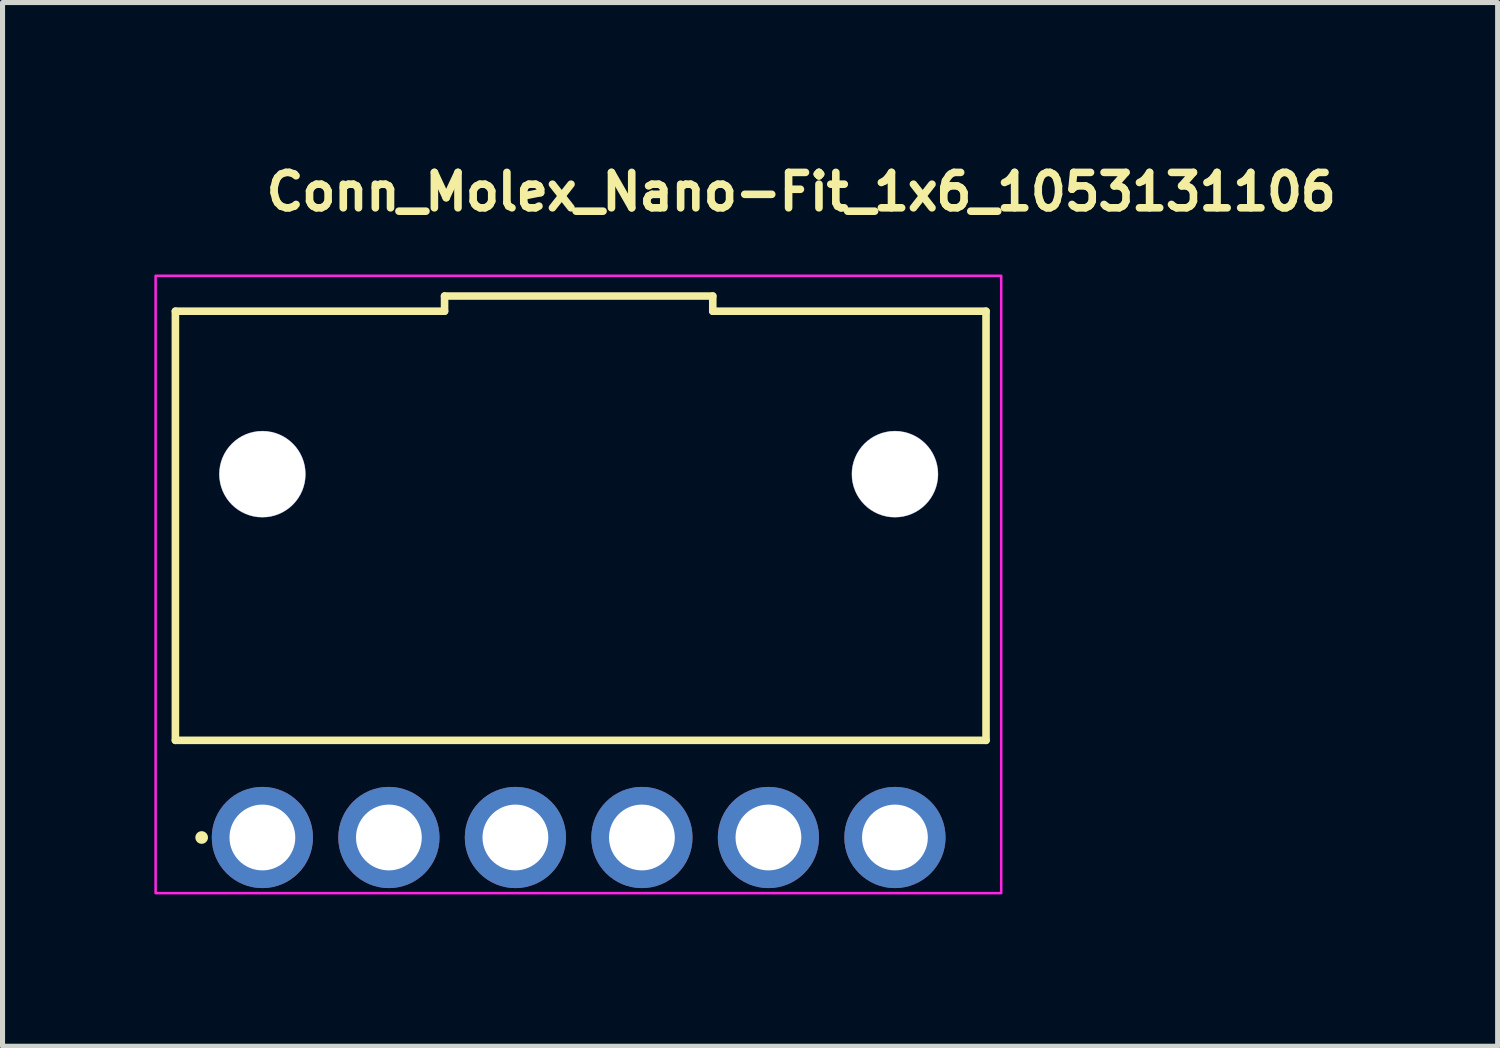
<source format=kicad_pcb>
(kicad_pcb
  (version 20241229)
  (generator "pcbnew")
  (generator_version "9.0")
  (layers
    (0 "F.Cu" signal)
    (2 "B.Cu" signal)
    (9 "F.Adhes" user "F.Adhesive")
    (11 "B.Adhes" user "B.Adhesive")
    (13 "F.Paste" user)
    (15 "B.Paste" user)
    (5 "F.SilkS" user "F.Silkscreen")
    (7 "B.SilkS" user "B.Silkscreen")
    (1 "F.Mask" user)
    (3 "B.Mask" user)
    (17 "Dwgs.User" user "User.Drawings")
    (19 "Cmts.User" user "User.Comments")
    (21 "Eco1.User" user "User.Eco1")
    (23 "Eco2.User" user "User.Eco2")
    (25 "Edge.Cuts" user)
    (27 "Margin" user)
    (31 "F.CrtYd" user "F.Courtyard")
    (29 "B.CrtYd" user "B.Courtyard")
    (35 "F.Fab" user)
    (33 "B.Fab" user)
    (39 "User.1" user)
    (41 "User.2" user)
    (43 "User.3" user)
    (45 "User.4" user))
  (footprint "Conn_Molex_Nano-Fit_1x6_1053131106"
    (layer "F.Cu")
    (at 2.135 13.5)
    (property "Reference" "Conn_Molex_Nano-Fit_1x6_1053131106" (at 0 -12.35 0) (layer "F.SilkS") (effects (font (size 0.7 0.7) (thickness 0.15)) (justify left bottom)))
    (attr through_hole)
    (fp_line (start -1.719 -1.92) (end -1.719 -10.4) (stroke (width 0.15) (type solid)) (layer "F.SilkS"))
    (fp_line (start 3.6 -10.7) (end 3.6 -10.4) (stroke (width 0.15) (type solid)) (layer "F.SilkS"))
    (fp_line (start 3.6 -10.4) (end -1.719 -10.4) (stroke (width 0.15) (type solid)) (layer "F.SilkS"))
    (fp_line (start 8.9 -10.7) (end 3.6 -10.7) (stroke (width 0.15) (type solid)) (layer "F.SilkS"))
    (fp_line (start 8.9 -10.7) (end 8.9 -10.4) (stroke (width 0.15) (type solid)) (layer "F.SilkS"))
    (fp_line (start 14.3 -10.4) (end 8.9 -10.4) (stroke (width 0.15) (type solid)) (layer "F.SilkS"))
    (fp_line (start 14.3 -1.92) (end -1.719 -1.92) (stroke (width 0.15) (type solid)) (layer "F.SilkS"))
    (fp_line (start 14.3 -1.92) (end 14.3 -10.4) (stroke (width 0.15) (type solid)) (layer "F.SilkS"))
    (fp_circle (center -1.2 0) (end -1.25 0) (stroke (width 0.15) (type solid)) (fill yes) (layer "F.SilkS"))
    (fp_rect (start 14.6 1.1) (end -2.11 -11.1) (stroke (width 0.05) (type solid)) (fill no) (layer "F.CrtYd"))
    (fp_rect (start 14.22 0.6) (end -1.72 -11.84) (stroke (width 0.1) (type solid)) (fill no) (layer "User.5"))
    (fp_line (start -1.72 -10.38) (end -1.72 -1.92) (stroke (width 0.02) (type solid)) (layer "User.9"))
    (fp_line (start -1.72 -1.92) (end 14.22 -1.92) (stroke (width 0.02) (type solid)) (layer "User.9"))
    (fp_line (start -0.599 0) (end -0.598 -0.038) (stroke (width 0.02) (type solid)) (layer "User.9"))
    (fp_line (start -0.599 0.03) (end -0.599 0) (stroke (width 0.02) (type solid)) (layer "User.9"))
    (fp_line (start -0.598 -0.038) (end -0.595 -0.076) (stroke (width 0.02) (type solid)) (layer "User.9"))
    (fp_line (start -0.596 0.061) (end -0.599 0.03) (stroke (width 0.02) (type solid)) (layer "User.9"))
    (fp_line (start -0.595 -0.076) (end -0.588 -0.114) (stroke (width 0.02) (type solid)) (layer "User.9"))
    (fp_line (start -0.593 0.091) (end -0.596 0.061) (stroke (width 0.02) (type solid)) (layer "User.9"))
    (fp_line (start -0.588 -0.114) (end -0.58 -0.151) (stroke (width 0.02) (type solid)) (layer "User.9"))
    (fp_line (start -0.587 0.12) (end -0.593 0.091) (stroke (width 0.02) (type solid)) (layer "User.9"))
    (fp_line (start -0.581 0.149) (end -0.587 0.12) (stroke (width 0.02) (type solid)) (layer "User.9"))
    (fp_line (start -0.58 -0.151) (end -0.569 -0.187) (stroke (width 0.02) (type solid)) (layer "User.9"))
    (fp_line (start -0.572 0.178) (end -0.581 0.149) (stroke (width 0.02) (type solid)) (layer "User.9"))
    (fp_line (start -0.569 -0.187) (end -0.556 -0.223) (stroke (width 0.02) (type solid)) (layer "User.9"))
    (fp_line (start -0.563 0.206) (end -0.572 0.178) (stroke (width 0.02) (type solid)) (layer "User.9"))
    (fp_line (start -0.556 -0.223) (end -0.541 -0.257) (stroke (width 0.02) (type solid)) (layer "User.9"))
    (fp_line (start -0.552 0.233) (end -0.563 0.206) (stroke (width 0.02) (type solid)) (layer "User.9"))
    (fp_line (start -0.541 -0.257) (end -0.524 -0.291) (stroke (width 0.02) (type solid)) (layer "User.9"))
    (fp_line (start -0.54 0.26) (end -0.552 0.233) (stroke (width 0.02) (type solid)) (layer "User.9"))
    (fp_line (start -0.527 0.285) (end -0.54 0.26) (stroke (width 0.02) (type solid)) (layer "User.9"))
    (fp_line (start -0.524 -0.291) (end -0.505 -0.323) (stroke (width 0.02) (type solid)) (layer "User.9"))
    (fp_line (start -0.513 0.31) (end -0.527 0.285) (stroke (width 0.02) (type solid)) (layer "User.9"))
    (fp_line (start -0.505 -0.323) (end -0.484 -0.354) (stroke (width 0.02) (type solid)) (layer "User.9"))
    (fp_line (start -0.497 0.335) (end -0.513 0.31) (stroke (width 0.02) (type solid)) (layer "User.9"))
    (fp_line (start -0.484 -0.354) (end -0.46 -0.384) (stroke (width 0.02) (type solid)) (layer "User.9"))
    (fp_line (start -0.48 0.358) (end -0.497 0.335) (stroke (width 0.02) (type solid)) (layer "User.9"))
    (fp_line (start -0.462 0.381) (end -0.48 0.358) (stroke (width 0.02) (type solid)) (layer "User.9"))
    (fp_line (start -0.46 -0.384) (end -0.435 -0.412) (stroke (width 0.02) (type solid)) (layer "User.9"))
    (fp_line (start -0.444 0.403) (end -0.462 0.381) (stroke (width 0.02) (type solid)) (layer "User.9"))
    (fp_line (start -0.435 -0.412) (end -0.408 -0.439) (stroke (width 0.02) (type solid)) (layer "User.9"))
    (fp_line (start -0.424 0.424) (end -0.444 0.403) (stroke (width 0.02) (type solid)) (layer "User.9"))
    (fp_line (start -0.408 -0.439) (end -0.38 -0.464) (stroke (width 0.02) (type solid)) (layer "User.9"))
    (fp_line (start -0.403 0.443) (end -0.424 0.424) (stroke (width 0.02) (type solid)) (layer "User.9"))
    (fp_line (start -0.381 0.462) (end -0.403 0.443) (stroke (width 0.02) (type solid)) (layer "User.9"))
    (fp_line (start -0.38 -0.464) (end -0.349 -0.487) (stroke (width 0.02) (type solid)) (layer "User.9"))
    (fp_line (start -0.358 0.48) (end -0.381 0.462) (stroke (width 0.02) (type solid)) (layer "User.9"))
    (fp_line (start -0.349 -0.487) (end -0.317 -0.509) (stroke (width 0.02) (type solid)) (layer "User.9"))
    (fp_line (start -0.335 0.497) (end -0.358 0.48) (stroke (width 0.02) (type solid)) (layer "User.9"))
    (fp_line (start -0.317 -0.617) (end -0.317 -1.92) (stroke (width 0.02) (type solid)) (layer "User.9"))
    (fp_line (start -0.317 0.043) (end -0.317 -0.617) (stroke (width 0.02) (type solid)) (layer "User.9"))
    (fp_line (start -0.317 0.043) (end -0.317 0.043) (stroke (width 0.02) (type solid)) (layer "User.9"))
    (fp_line (start -0.317 0.113) (end -0.317 0.043) (stroke (width 0.02) (type solid)) (layer "User.9"))
    (fp_line (start -0.317 0.113) (end -0.317 0.113) (stroke (width 0.02) (type solid)) (layer "User.9"))
    (fp_line (start -0.317 0.174) (end -0.317 0.113) (stroke (width 0.02) (type solid)) (layer "User.9"))
    (fp_line (start -0.317 0.174) (end -0.317 0.174) (stroke (width 0.02) (type solid)) (layer "User.9"))
    (fp_line (start -0.317 0.224) (end -0.317 0.174) (stroke (width 0.02) (type solid)) (layer "User.9"))
    (fp_line (start -0.317 0.224) (end -0.317 0.224) (stroke (width 0.02) (type solid)) (layer "User.9"))
    (fp_line (start -0.317 0.265) (end -0.317 0.224) (stroke (width 0.02) (type solid)) (layer "User.9"))
    (fp_line (start -0.317 0.265) (end -0.317 0.265) (stroke (width 0.02) (type solid)) (layer "User.9"))
    (fp_line (start -0.317 0.294) (end -0.317 0.265) (stroke (width 0.02) (type solid)) (layer "User.9"))
    (fp_line (start -0.317 0.294) (end -0.317 0.294) (stroke (width 0.02) (type solid)) (layer "User.9"))
    (fp_line (start -0.317 0.311) (end -0.317 0.294) (stroke (width 0.02) (type solid)) (layer "User.9"))
    (fp_line (start -0.317 0.311) (end -0.317 0.311) (stroke (width 0.02) (type solid)) (layer "User.9"))
    (fp_line (start -0.317 0.317) (end -0.317 0.311) (stroke (width 0.02) (type solid)) (layer "User.9"))
    (fp_line (start -0.311 0.512) (end -0.335 0.497) (stroke (width 0.02) (type solid)) (layer "User.9"))
    (fp_line (start -0.285 0.527) (end -0.311 0.512) (stroke (width 0.02) (type solid)) (layer "User.9"))
    (fp_line (start -0.26 0.54) (end -0.285 0.527) (stroke (width 0.02) (type solid)) (layer "User.9"))
    (fp_line (start -0.233 0.552) (end -0.26 0.54) (stroke (width 0.02) (type solid)) (layer "User.9"))
    (fp_line (start -0.206 0.563) (end -0.233 0.552) (stroke (width 0.02) (type solid)) (layer "User.9"))
    (fp_line (start -0.178 0.572) (end -0.206 0.563) (stroke (width 0.02) (type solid)) (layer "User.9"))
    (fp_line (start -0.149 0.58) (end -0.178 0.572) (stroke (width 0.02) (type solid)) (layer "User.9"))
    (fp_line (start -0.12 0.587) (end -0.149 0.58) (stroke (width 0.02) (type solid)) (layer "User.9"))
    (fp_line (start -0.091 0.592) (end -0.12 0.587) (stroke (width 0.02) (type solid)) (layer "User.9"))
    (fp_line (start -0.061 0.596) (end -0.091 0.592) (stroke (width 0.02) (type solid)) (layer "User.9"))
    (fp_line (start -0.03 0.598) (end -0.061 0.596) (stroke (width 0.02) (type solid)) (layer "User.9"))
    (fp_line (start 0 0.599) (end -0.03 0.598) (stroke (width 0.02) (type solid)) (layer "User.9"))
    (fp_line (start 0 0.599) (end 0 0.599) (stroke (width 0.02) (type solid)) (layer "User.9"))
    (fp_line (start 0.031 0.598) (end 0 0.599) (stroke (width 0.02) (type solid)) (layer "User.9"))
    (fp_line (start 0.062 0.596) (end 0.031 0.598) (stroke (width 0.02) (type solid)) (layer "User.9"))
    (fp_line (start 0.092 0.592) (end 0.062 0.596) (stroke (width 0.02) (type solid)) (layer "User.9"))
    (fp_line (start 0.121 0.587) (end 0.092 0.592) (stroke (width 0.02) (type solid)) (layer "User.9"))
    (fp_line (start 0.15 0.58) (end 0.121 0.587) (stroke (width 0.02) (type solid)) (layer "User.9"))
    (fp_line (start 0.179 0.572) (end 0.15 0.58) (stroke (width 0.02) (type solid)) (layer "User.9"))
    (fp_line (start 0.207 0.563) (end 0.179 0.572) (stroke (width 0.02) (type solid)) (layer "User.9"))
    (fp_line (start 0.234 0.552) (end 0.207 0.563) (stroke (width 0.02) (type solid)) (layer "User.9"))
    (fp_line (start 0.261 0.54) (end 0.234 0.552) (stroke (width 0.02) (type solid)) (layer "User.9"))
    (fp_line (start 0.286 0.527) (end 0.261 0.54) (stroke (width 0.02) (type solid)) (layer "User.9"))
    (fp_line (start 0.312 0.512) (end 0.286 0.527) (stroke (width 0.02) (type solid)) (layer "User.9"))
    (fp_line (start 0.318 -0.617) (end 0.318 -1.92) (stroke (width 0.02) (type solid)) (layer "User.9"))
    (fp_line (start 0.318 -0.509) (end 0.334 -0.498) (stroke (width 0.02) (type solid)) (layer "User.9"))
    (fp_line (start 0.318 0.043) (end 0.318 -0.617) (stroke (width 0.02) (type solid)) (layer "User.9"))
    (fp_line (start 0.318 0.043) (end 0.318 0.043) (stroke (width 0.02) (type solid)) (layer "User.9"))
    (fp_line (start 0.318 0.113) (end 0.318 0.043) (stroke (width 0.02) (type solid)) (layer "User.9"))
    (fp_line (start 0.318 0.113) (end 0.318 0.113) (stroke (width 0.02) (type solid)) (layer "User.9"))
    (fp_line (start 0.318 0.174) (end 0.318 0.113) (stroke (width 0.02) (type solid)) (layer "User.9"))
    (fp_line (start 0.318 0.174) (end 0.318 0.174) (stroke (width 0.02) (type solid)) (layer "User.9"))
    (fp_line (start 0.318 0.224) (end 0.318 0.174) (stroke (width 0.02) (type solid)) (layer "User.9"))
    (fp_line (start 0.318 0.224) (end 0.318 0.224) (stroke (width 0.02) (type solid)) (layer "User.9"))
    (fp_line (start 0.318 0.265) (end 0.318 0.224) (stroke (width 0.02) (type solid)) (layer "User.9"))
    (fp_line (start 0.318 0.265) (end 0.318 0.265) (stroke (width 0.02) (type solid)) (layer "User.9"))
    (fp_line (start 0.318 0.294) (end 0.318 0.265) (stroke (width 0.02) (type solid)) (layer "User.9"))
    (fp_line (start 0.318 0.294) (end 0.318 0.294) (stroke (width 0.02) (type solid)) (layer "User.9"))
    (fp_line (start 0.318 0.311) (end 0.318 0.294) (stroke (width 0.02) (type solid)) (layer "User.9"))
    (fp_line (start 0.318 0.311) (end 0.318 0.311) (stroke (width 0.02) (type solid)) (layer "User.9"))
    (fp_line (start 0.318 0.317) (end -0.317 0.317) (stroke (width 0.02) (type solid)) (layer "User.9"))
    (fp_line (start 0.318 0.317) (end 0.318 0.311) (stroke (width 0.02) (type solid)) (layer "User.9"))
    (fp_line (start 0.334 -0.498) (end 0.35 -0.487) (stroke (width 0.02) (type solid)) (layer "User.9"))
    (fp_line (start 0.336 0.497) (end 0.312 0.512) (stroke (width 0.02) (type solid)) (layer "User.9"))
    (fp_line (start 0.35 -0.487) (end 0.366 -0.476) (stroke (width 0.02) (type solid)) (layer "User.9"))
    (fp_line (start 0.359 0.48) (end 0.336 0.497) (stroke (width 0.02) (type solid)) (layer "User.9"))
    (fp_line (start 0.366 -0.476) (end 0.381 -0.464) (stroke (width 0.02) (type solid)) (layer "User.9"))
    (fp_line (start 0.381 -0.464) (end 0.395 -0.451) (stroke (width 0.02) (type solid)) (layer "User.9"))
    (fp_line (start 0.382 0.462) (end 0.359 0.48) (stroke (width 0.02) (type solid)) (layer "User.9"))
    (fp_line (start 0.395 -0.451) (end 0.409 -0.439) (stroke (width 0.02) (type solid)) (layer "User.9"))
    (fp_line (start 0.404 0.443) (end 0.382 0.462) (stroke (width 0.02) (type solid)) (layer "User.9"))
    (fp_line (start 0.409 -0.439) (end 0.436 -0.412) (stroke (width 0.02) (type solid)) (layer "User.9"))
    (fp_line (start 0.425 0.424) (end 0.404 0.443) (stroke (width 0.02) (type solid)) (layer "User.9"))
    (fp_line (start 0.436 -0.412) (end 0.461 -0.384) (stroke (width 0.02) (type solid)) (layer "User.9"))
    (fp_line (start 0.445 0.403) (end 0.425 0.424) (stroke (width 0.02) (type solid)) (layer "User.9"))
    (fp_line (start 0.461 -0.384) (end 0.485 -0.354) (stroke (width 0.02) (type solid)) (layer "User.9"))
    (fp_line (start 0.463 0.381) (end 0.445 0.403) (stroke (width 0.02) (type solid)) (layer "User.9"))
    (fp_line (start 0.481 0.358) (end 0.463 0.381) (stroke (width 0.02) (type solid)) (layer "User.9"))
    (fp_line (start 0.485 -0.354) (end 0.506 -0.323) (stroke (width 0.02) (type solid)) (layer "User.9"))
    (fp_line (start 0.498 0.335) (end 0.481 0.358) (stroke (width 0.02) (type solid)) (layer "User.9"))
    (fp_line (start 0.506 -0.323) (end 0.525 -0.291) (stroke (width 0.02) (type solid)) (layer "User.9"))
    (fp_line (start 0.514 0.31) (end 0.498 0.335) (stroke (width 0.02) (type solid)) (layer "User.9"))
    (fp_line (start 0.525 -0.291) (end 0.542 -0.257) (stroke (width 0.02) (type solid)) (layer "User.9"))
    (fp_line (start 0.528 0.285) (end 0.514 0.31) (stroke (width 0.02) (type solid)) (layer "User.9"))
    (fp_line (start 0.541 0.26) (end 0.528 0.285) (stroke (width 0.02) (type solid)) (layer "User.9"))
    (fp_line (start 0.542 -0.257) (end 0.557 -0.223) (stroke (width 0.02) (type solid)) (layer "User.9"))
    (fp_line (start 0.553 0.233) (end 0.541 0.26) (stroke (width 0.02) (type solid)) (layer "User.9"))
    (fp_line (start 0.557 -0.223) (end 0.57 -0.187) (stroke (width 0.02) (type solid)) (layer "User.9"))
    (fp_line (start 0.564 0.206) (end 0.553 0.233) (stroke (width 0.02) (type solid)) (layer "User.9"))
    (fp_line (start 0.57 -0.187) (end 0.581 -0.151) (stroke (width 0.02) (type solid)) (layer "User.9"))
    (fp_line (start 0.573 0.178) (end 0.564 0.206) (stroke (width 0.02) (type solid)) (layer "User.9"))
    (fp_line (start 0.581 -0.151) (end 0.589 -0.114) (stroke (width 0.02) (type solid)) (layer "User.9"))
    (fp_line (start 0.582 0.149) (end 0.573 0.178) (stroke (width 0.02) (type solid)) (layer "User.9"))
    (fp_line (start 0.588 0.12) (end 0.582 0.149) (stroke (width 0.02) (type solid)) (layer "User.9"))
    (fp_line (start 0.589 -0.114) (end 0.593 -0.095) (stroke (width 0.02) (type solid)) (layer "User.9"))
    (fp_line (start 0.593 -0.095) (end 0.596 -0.076) (stroke (width 0.02) (type solid)) (layer "User.9"))
    (fp_line (start 0.594 0.091) (end 0.588 0.12) (stroke (width 0.02) (type solid)) (layer "User.9"))
    (fp_line (start 0.596 -0.076) (end 0.598 -0.057) (stroke (width 0.02) (type solid)) (layer "User.9"))
    (fp_line (start 0.597 0.061) (end 0.594 0.091) (stroke (width 0.02) (type solid)) (layer "User.9"))
    (fp_line (start 0.598 -0.057) (end 0.599 -0.038) (stroke (width 0.02) (type solid)) (layer "User.9"))
    (fp_line (start 0.599 -0.038) (end 0.6 -0.019) (stroke (width 0.02) (type solid)) (layer "User.9"))
    (fp_line (start 0.6 -0.019) (end 0.6 0) (stroke (width 0.02) (type solid)) (layer "User.9"))
    (fp_line (start 0.6 0) (end 0.6 0.03) (stroke (width 0.02) (type solid)) (layer "User.9"))
    (fp_line (start 0.6 0.03) (end 0.597 0.061) (stroke (width 0.02) (type solid)) (layer "User.9"))
    (fp_line (start 1.9 0) (end 1.902 -0.038) (stroke (width 0.02) (type solid)) (layer "User.9"))
    (fp_line (start 1.901 0.03) (end 1.9 0) (stroke (width 0.02) (type solid)) (layer "User.9"))
    (fp_line (start 1.902 -0.038) (end 1.905 -0.076) (stroke (width 0.02) (type solid)) (layer "User.9"))
    (fp_line (start 1.904 0.061) (end 1.901 0.03) (stroke (width 0.02) (type solid)) (layer "User.9"))
    (fp_line (start 1.905 -0.076) (end 1.912 -0.114) (stroke (width 0.02) (type solid)) (layer "User.9"))
    (fp_line (start 1.907 0.091) (end 1.904 0.061) (stroke (width 0.02) (type solid)) (layer "User.9"))
    (fp_line (start 1.912 -0.114) (end 1.92 -0.151) (stroke (width 0.02) (type solid)) (layer "User.9"))
    (fp_line (start 1.913 0.12) (end 1.907 0.091) (stroke (width 0.02) (type solid)) (layer "User.9"))
    (fp_line (start 1.919 0.149) (end 1.913 0.12) (stroke (width 0.02) (type solid)) (layer "User.9"))
    (fp_line (start 1.92 -0.151) (end 1.931 -0.187) (stroke (width 0.02) (type solid)) (layer "User.9"))
    (fp_line (start 1.928 0.178) (end 1.919 0.149) (stroke (width 0.02) (type solid)) (layer "User.9"))
    (fp_line (start 1.931 -0.187) (end 1.944 -0.223) (stroke (width 0.02) (type solid)) (layer "User.9"))
    (fp_line (start 1.937 0.206) (end 1.928 0.178) (stroke (width 0.02) (type solid)) (layer "User.9"))
    (fp_line (start 1.944 -0.223) (end 1.959 -0.257) (stroke (width 0.02) (type solid)) (layer "User.9"))
    (fp_line (start 1.948 0.233) (end 1.937 0.206) (stroke (width 0.02) (type solid)) (layer "User.9"))
    (fp_line (start 1.959 -0.257) (end 1.976 -0.291) (stroke (width 0.02) (type solid)) (layer "User.9"))
    (fp_line (start 1.96 0.26) (end 1.948 0.233) (stroke (width 0.02) (type solid)) (layer "User.9"))
    (fp_line (start 1.973 0.285) (end 1.96 0.26) (stroke (width 0.02) (type solid)) (layer "User.9"))
    (fp_line (start 1.976 -0.291) (end 1.995 -0.323) (stroke (width 0.02) (type solid)) (layer "User.9"))
    (fp_line (start 1.987 0.31) (end 1.973 0.285) (stroke (width 0.02) (type solid)) (layer "User.9"))
    (fp_line (start 1.995 -0.323) (end 2.016 -0.354) (stroke (width 0.02) (type solid)) (layer "User.9"))
    (fp_line (start 2.003 0.335) (end 1.987 0.31) (stroke (width 0.02) (type solid)) (layer "User.9"))
    (fp_line (start 2.016 -0.354) (end 2.04 -0.384) (stroke (width 0.02) (type solid)) (layer "User.9"))
    (fp_line (start 2.02 0.358) (end 2.003 0.335) (stroke (width 0.02) (type solid)) (layer "User.9"))
    (fp_line (start 2.038 0.381) (end 2.02 0.358) (stroke (width 0.02) (type solid)) (layer "User.9"))
    (fp_line (start 2.04 -0.384) (end 2.065 -0.412) (stroke (width 0.02) (type solid)) (layer "User.9"))
    (fp_line (start 2.056 0.403) (end 2.038 0.381) (stroke (width 0.02) (type solid)) (layer "User.9"))
    (fp_line (start 2.065 -0.412) (end 2.092 -0.439) (stroke (width 0.02) (type solid)) (layer "User.9"))
    (fp_line (start 2.076 0.424) (end 2.056 0.403) (stroke (width 0.02) (type solid)) (layer "User.9"))
    (fp_line (start 2.092 -0.439) (end 2.12 -0.464) (stroke (width 0.02) (type solid)) (layer "User.9"))
    (fp_line (start 2.097 0.443) (end 2.076 0.424) (stroke (width 0.02) (type solid)) (layer "User.9"))
    (fp_line (start 2.119 0.462) (end 2.097 0.443) (stroke (width 0.02) (type solid)) (layer "User.9"))
    (fp_line (start 2.12 -0.464) (end 2.151 -0.487) (stroke (width 0.02) (type solid)) (layer "User.9"))
    (fp_line (start 2.142 0.48) (end 2.119 0.462) (stroke (width 0.02) (type solid)) (layer "User.9"))
    (fp_line (start 2.151 -0.487) (end 2.183 -0.509) (stroke (width 0.02) (type solid)) (layer "User.9"))
    (fp_line (start 2.165 0.497) (end 2.142 0.48) (stroke (width 0.02) (type solid)) (layer "User.9"))
    (fp_line (start 2.183 -0.617) (end 2.183 -1.92) (stroke (width 0.02) (type solid)) (layer "User.9"))
    (fp_line (start 2.183 0.043) (end 2.183 -0.617) (stroke (width 0.02) (type solid)) (layer "User.9"))
    (fp_line (start 2.183 0.043) (end 2.183 0.043) (stroke (width 0.02) (type solid)) (layer "User.9"))
    (fp_line (start 2.183 0.113) (end 2.183 0.043) (stroke (width 0.02) (type solid)) (layer "User.9"))
    (fp_line (start 2.183 0.113) (end 2.183 0.113) (stroke (width 0.02) (type solid)) (layer "User.9"))
    (fp_line (start 2.183 0.174) (end 2.183 0.113) (stroke (width 0.02) (type solid)) (layer "User.9"))
    (fp_line (start 2.183 0.174) (end 2.183 0.174) (stroke (width 0.02) (type solid)) (layer "User.9"))
    (fp_line (start 2.183 0.224) (end 2.183 0.174) (stroke (width 0.02) (type solid)) (layer "User.9"))
    (fp_line (start 2.183 0.224) (end 2.183 0.224) (stroke (width 0.02) (type solid)) (layer "User.9"))
    (fp_line (start 2.183 0.265) (end 2.183 0.224) (stroke (width 0.02) (type solid)) (layer "User.9"))
    (fp_line (start 2.183 0.265) (end 2.183 0.265) (stroke (width 0.02) (type solid)) (layer "User.9"))
    (fp_line (start 2.183 0.294) (end 2.183 0.265) (stroke (width 0.02) (type solid)) (layer "User.9"))
    (fp_line (start 2.183 0.294) (end 2.183 0.294) (stroke (width 0.02) (type solid)) (layer "User.9"))
    (fp_line (start 2.183 0.311) (end 2.183 0.294) (stroke (width 0.02) (type solid)) (layer "User.9"))
    (fp_line (start 2.183 0.311) (end 2.183 0.311) (stroke (width 0.02) (type solid)) (layer "User.9"))
    (fp_line (start 2.183 0.317) (end 2.183 0.311) (stroke (width 0.02) (type solid)) (layer "User.9"))
    (fp_line (start 2.189 0.512) (end 2.165 0.497) (stroke (width 0.02) (type solid)) (layer "User.9"))
    (fp_line (start 2.215 0.527) (end 2.189 0.512) (stroke (width 0.02) (type solid)) (layer "User.9"))
    (fp_line (start 2.241 0.54) (end 2.215 0.527) (stroke (width 0.02) (type solid)) (layer "User.9"))
    (fp_line (start 2.267 0.552) (end 2.241 0.54) (stroke (width 0.02) (type solid)) (layer "User.9"))
    (fp_line (start 2.294 0.563) (end 2.267 0.552) (stroke (width 0.02) (type solid)) (layer "User.9"))
    (fp_line (start 2.322 0.572) (end 2.294 0.563) (stroke (width 0.02) (type solid)) (layer "User.9"))
    (fp_line (start 2.351 0.58) (end 2.322 0.572) (stroke (width 0.02) (type solid)) (layer "User.9"))
    (fp_line (start 2.38 0.587) (end 2.351 0.58) (stroke (width 0.02) (type solid)) (layer "User.9"))
    (fp_line (start 2.409 0.592) (end 2.38 0.587) (stroke (width 0.02) (type solid)) (layer "User.9"))
    (fp_line (start 2.439 0.596) (end 2.409 0.592) (stroke (width 0.02) (type solid)) (layer "User.9"))
    (fp_line (start 2.47 0.598) (end 2.439 0.596) (stroke (width 0.02) (type solid)) (layer "User.9"))
    (fp_line (start 2.5 0.599) (end 2.47 0.598) (stroke (width 0.02) (type solid)) (layer "User.9"))
    (fp_line (start 2.5 0.599) (end 2.5 0.599) (stroke (width 0.02) (type solid)) (layer "User.9"))
    (fp_line (start 2.531 0.598) (end 2.5 0.599) (stroke (width 0.02) (type solid)) (layer "User.9"))
    (fp_line (start 2.562 0.596) (end 2.531 0.598) (stroke (width 0.02) (type solid)) (layer "User.9"))
    (fp_line (start 2.592 0.592) (end 2.562 0.596) (stroke (width 0.02) (type solid)) (layer "User.9"))
    (fp_line (start 2.621 0.587) (end 2.592 0.592) (stroke (width 0.02) (type solid)) (layer "User.9"))
    (fp_line (start 2.65 0.58) (end 2.621 0.587) (stroke (width 0.02) (type solid)) (layer "User.9"))
    (fp_line (start 2.679 0.572) (end 2.65 0.58) (stroke (width 0.02) (type solid)) (layer "User.9"))
    (fp_line (start 2.707 0.563) (end 2.679 0.572) (stroke (width 0.02) (type solid)) (layer "User.9"))
    (fp_line (start 2.734 0.552) (end 2.707 0.563) (stroke (width 0.02) (type solid)) (layer "User.9"))
    (fp_line (start 2.761 0.54) (end 2.734 0.552) (stroke (width 0.02) (type solid)) (layer "User.9"))
    (fp_line (start 2.786 0.527) (end 2.761 0.54) (stroke (width 0.02) (type solid)) (layer "User.9"))
    (fp_line (start 2.812 0.512) (end 2.786 0.527) (stroke (width 0.02) (type solid)) (layer "User.9"))
    (fp_line (start 2.818 -0.617) (end 2.818 -1.92) (stroke (width 0.02) (type solid)) (layer "User.9"))
    (fp_line (start 2.818 -0.509) (end 2.834 -0.498) (stroke (width 0.02) (type solid)) (layer "User.9"))
    (fp_line (start 2.818 0.043) (end 2.818 -0.617) (stroke (width 0.02) (type solid)) (layer "User.9"))
    (fp_line (start 2.818 0.043) (end 2.818 0.043) (stroke (width 0.02) (type solid)) (layer "User.9"))
    (fp_line (start 2.818 0.113) (end 2.818 0.043) (stroke (width 0.02) (type solid)) (layer "User.9"))
    (fp_line (start 2.818 0.113) (end 2.818 0.113) (stroke (width 0.02) (type solid)) (layer "User.9"))
    (fp_line (start 2.818 0.174) (end 2.818 0.113) (stroke (width 0.02) (type solid)) (layer "User.9"))
    (fp_line (start 2.818 0.174) (end 2.818 0.174) (stroke (width 0.02) (type solid)) (layer "User.9"))
    (fp_line (start 2.818 0.224) (end 2.818 0.174) (stroke (width 0.02) (type solid)) (layer "User.9"))
    (fp_line (start 2.818 0.224) (end 2.818 0.224) (stroke (width 0.02) (type solid)) (layer "User.9"))
    (fp_line (start 2.818 0.265) (end 2.818 0.224) (stroke (width 0.02) (type solid)) (layer "User.9"))
    (fp_line (start 2.818 0.265) (end 2.818 0.265) (stroke (width 0.02) (type solid)) (layer "User.9"))
    (fp_line (start 2.818 0.294) (end 2.818 0.265) (stroke (width 0.02) (type solid)) (layer "User.9"))
    (fp_line (start 2.818 0.294) (end 2.818 0.294) (stroke (width 0.02) (type solid)) (layer "User.9"))
    (fp_line (start 2.818 0.311) (end 2.818 0.294) (stroke (width 0.02) (type solid)) (layer "User.9"))
    (fp_line (start 2.818 0.311) (end 2.818 0.311) (stroke (width 0.02) (type solid)) (layer "User.9"))
    (fp_line (start 2.818 0.317) (end 2.183 0.317) (stroke (width 0.02) (type solid)) (layer "User.9"))
    (fp_line (start 2.818 0.317) (end 2.818 0.311) (stroke (width 0.02) (type solid)) (layer "User.9"))
    (fp_line (start 2.834 -0.498) (end 2.85 -0.487) (stroke (width 0.02) (type solid)) (layer "User.9"))
    (fp_line (start 2.836 0.497) (end 2.812 0.512) (stroke (width 0.02) (type solid)) (layer "User.9"))
    (fp_line (start 2.85 -0.487) (end 2.866 -0.476) (stroke (width 0.02) (type solid)) (layer "User.9"))
    (fp_line (start 2.859 0.48) (end 2.836 0.497) (stroke (width 0.02) (type solid)) (layer "User.9"))
    (fp_line (start 2.866 -0.476) (end 2.881 -0.464) (stroke (width 0.02) (type solid)) (layer "User.9"))
    (fp_line (start 2.881 -0.464) (end 2.895 -0.451) (stroke (width 0.02) (type solid)) (layer "User.9"))
    (fp_line (start 2.882 0.462) (end 2.859 0.48) (stroke (width 0.02) (type solid)) (layer "User.9"))
    (fp_line (start 2.895 -0.451) (end 2.909 -0.439) (stroke (width 0.02) (type solid)) (layer "User.9"))
    (fp_line (start 2.904 0.443) (end 2.882 0.462) (stroke (width 0.02) (type solid)) (layer "User.9"))
    (fp_line (start 2.909 -0.439) (end 2.936 -0.412) (stroke (width 0.02) (type solid)) (layer "User.9"))
    (fp_line (start 2.925 0.424) (end 2.904 0.443) (stroke (width 0.02) (type solid)) (layer "User.9"))
    (fp_line (start 2.936 -0.412) (end 2.961 -0.384) (stroke (width 0.02) (type solid)) (layer "User.9"))
    (fp_line (start 2.945 0.403) (end 2.925 0.424) (stroke (width 0.02) (type solid)) (layer "User.9"))
    (fp_line (start 2.961 -0.384) (end 2.985 -0.354) (stroke (width 0.02) (type solid)) (layer "User.9"))
    (fp_line (start 2.963 0.381) (end 2.945 0.403) (stroke (width 0.02) (type solid)) (layer "User.9"))
    (fp_line (start 2.981 0.358) (end 2.963 0.381) (stroke (width 0.02) (type solid)) (layer "User.9"))
    (fp_line (start 2.985 -0.354) (end 3.006 -0.323) (stroke (width 0.02) (type solid)) (layer "User.9"))
    (fp_line (start 2.998 0.335) (end 2.981 0.358) (stroke (width 0.02) (type solid)) (layer "User.9"))
    (fp_line (start 3.006 -0.323) (end 3.025 -0.291) (stroke (width 0.02) (type solid)) (layer "User.9"))
    (fp_line (start 3.014 0.31) (end 2.998 0.335) (stroke (width 0.02) (type solid)) (layer "User.9"))
    (fp_line (start 3.025 -0.291) (end 3.042 -0.257) (stroke (width 0.02) (type solid)) (layer "User.9"))
    (fp_line (start 3.028 0.285) (end 3.014 0.31) (stroke (width 0.02) (type solid)) (layer "User.9"))
    (fp_line (start 3.041 0.26) (end 3.028 0.285) (stroke (width 0.02) (type solid)) (layer "User.9"))
    (fp_line (start 3.042 -0.257) (end 3.057 -0.223) (stroke (width 0.02) (type solid)) (layer "User.9"))
    (fp_line (start 3.053 0.233) (end 3.041 0.26) (stroke (width 0.02) (type solid)) (layer "User.9"))
    (fp_line (start 3.057 -0.223) (end 3.07 -0.187) (stroke (width 0.02) (type solid)) (layer "User.9"))
    (fp_line (start 3.064 0.206) (end 3.053 0.233) (stroke (width 0.02) (type solid)) (layer "User.9"))
    (fp_line (start 3.07 -0.187) (end 3.081 -0.151) (stroke (width 0.02) (type solid)) (layer "User.9"))
    (fp_line (start 3.073 0.178) (end 3.064 0.206) (stroke (width 0.02) (type solid)) (layer "User.9"))
    (fp_line (start 3.081 -0.151) (end 3.089 -0.114) (stroke (width 0.02) (type solid)) (layer "User.9"))
    (fp_line (start 3.082 0.149) (end 3.073 0.178) (stroke (width 0.02) (type solid)) (layer "User.9"))
    (fp_line (start 3.088 0.12) (end 3.082 0.149) (stroke (width 0.02) (type solid)) (layer "User.9"))
    (fp_line (start 3.089 -0.114) (end 3.093 -0.095) (stroke (width 0.02) (type solid)) (layer "User.9"))
    (fp_line (start 3.093 -0.095) (end 3.096 -0.076) (stroke (width 0.02) (type solid)) (layer "User.9"))
    (fp_line (start 3.094 0.091) (end 3.088 0.12) (stroke (width 0.02) (type solid)) (layer "User.9"))
    (fp_line (start 3.096 -0.076) (end 3.098 -0.057) (stroke (width 0.02) (type solid)) (layer "User.9"))
    (fp_line (start 3.097 0.061) (end 3.094 0.091) (stroke (width 0.02) (type solid)) (layer "User.9"))
    (fp_line (start 3.098 -0.057) (end 3.099 -0.038) (stroke (width 0.02) (type solid)) (layer "User.9"))
    (fp_line (start 3.099 -0.038) (end 3.1 -0.019) (stroke (width 0.02) (type solid)) (layer "User.9"))
    (fp_line (start 3.1 -0.019) (end 3.1 0) (stroke (width 0.02) (type solid)) (layer "User.9"))
    (fp_line (start 3.1 0) (end 3.1 0.03) (stroke (width 0.02) (type solid)) (layer "User.9"))
    (fp_line (start 3.1 0.03) (end 3.097 0.061) (stroke (width 0.02) (type solid)) (layer "User.9"))
    (fp_line (start 3.65 -11.84) (end 3.9 -11.84) (stroke (width 0.02) (type solid)) (layer "User.9"))
    (fp_line (start 3.65 -10.38) (end -1.72 -10.38) (stroke (width 0.02) (type solid)) (layer "User.9"))
    (fp_line (start 3.65 -5.63) (end 3.65 -11.84) (stroke (width 0.02) (type solid)) (layer "User.9"))
    (fp_line (start 3.65 -5.63) (end 3.651 -5.617) (stroke (width 0.02) (type solid)) (layer "User.9"))
    (fp_line (start 3.65 -5.63) (end 3.9 -5.63) (stroke (width 0.02) (type solid)) (layer "User.9"))
    (fp_line (start 3.651 -5.617) (end 3.652 -5.605) (stroke (width 0.02) (type solid)) (layer "User.9"))
    (fp_line (start 3.652 -5.605) (end 3.653 -5.593) (stroke (width 0.02) (type solid)) (layer "User.9"))
    (fp_line (start 3.653 -5.593) (end 3.655 -5.581) (stroke (width 0.02) (type solid)) (layer "User.9"))
    (fp_line (start 3.655 -5.581) (end 3.658 -5.569) (stroke (width 0.02) (type solid)) (layer "User.9"))
    (fp_line (start 3.658 -5.569) (end 3.661 -5.557) (stroke (width 0.02) (type solid)) (layer "User.9"))
    (fp_line (start 3.661 -5.557) (end 3.665 -5.545) (stroke (width 0.02) (type solid)) (layer "User.9"))
    (fp_line (start 3.665 -5.545) (end 3.67 -5.534) (stroke (width 0.02) (type solid)) (layer "User.9"))
    (fp_line (start 3.67 -5.534) (end 3.674 -5.523) (stroke (width 0.02) (type solid)) (layer "User.9"))
    (fp_line (start 3.674 -5.523) (end 3.68 -5.512) (stroke (width 0.02) (type solid)) (layer "User.9"))
    (fp_line (start 3.68 -5.512) (end 3.686 -5.501) (stroke (width 0.02) (type solid)) (layer "User.9"))
    (fp_line (start 3.686 -5.501) (end 3.693 -5.491) (stroke (width 0.02) (type solid)) (layer "User.9"))
    (fp_line (start 3.693 -5.491) (end 3.7 -5.481) (stroke (width 0.02) (type solid)) (layer "User.9"))
    (fp_line (start 3.7 -5.481) (end 3.707 -5.471) (stroke (width 0.02) (type solid)) (layer "User.9"))
    (fp_line (start 3.707 -5.471) (end 3.715 -5.462) (stroke (width 0.02) (type solid)) (layer "User.9"))
    (fp_line (start 3.715 -5.462) (end 3.724 -5.453) (stroke (width 0.02) (type solid)) (layer "User.9"))
    (fp_line (start 3.724 -5.453) (end 3.724 -5.453) (stroke (width 0.02) (type solid)) (layer "User.9"))
    (fp_line (start 3.724 -5.453) (end 3.733 -5.444) (stroke (width 0.02) (type solid)) (layer "User.9"))
    (fp_line (start 3.733 -5.444) (end 3.742 -5.436) (stroke (width 0.02) (type solid)) (layer "User.9"))
    (fp_line (start 3.742 -5.436) (end 3.752 -5.429) (stroke (width 0.02) (type solid)) (layer "User.9"))
    (fp_line (start 3.752 -5.429) (end 3.762 -5.422) (stroke (width 0.02) (type solid)) (layer "User.9"))
    (fp_line (start 3.762 -5.422) (end 3.772 -5.415) (stroke (width 0.02) (type solid)) (layer "User.9"))
    (fp_line (start 3.772 -5.415) (end 3.783 -5.409) (stroke (width 0.02) (type solid)) (layer "User.9"))
    (fp_line (start 3.783 -5.409) (end 3.794 -5.403) (stroke (width 0.02) (type solid)) (layer "User.9"))
    (fp_line (start 3.794 -5.403) (end 3.805 -5.399) (stroke (width 0.02) (type solid)) (layer "User.9"))
    (fp_line (start 3.805 -5.399) (end 3.816 -5.394) (stroke (width 0.02) (type solid)) (layer "User.9"))
    (fp_line (start 3.816 -5.394) (end 3.828 -5.39) (stroke (width 0.02) (type solid)) (layer "User.9"))
    (fp_line (start 3.828 -5.39) (end 3.84 -5.387) (stroke (width 0.02) (type solid)) (layer "User.9"))
    (fp_line (start 3.84 -5.387) (end 3.851 -5.384) (stroke (width 0.02) (type solid)) (layer "User.9"))
    (fp_line (start 3.851 -5.384) (end 3.864 -5.382) (stroke (width 0.02) (type solid)) (layer "User.9"))
    (fp_line (start 3.864 -5.382) (end 3.876 -5.381) (stroke (width 0.02) (type solid)) (layer "User.9"))
    (fp_line (start 3.876 -5.381) (end 3.888 -5.38) (stroke (width 0.02) (type solid)) (layer "User.9"))
    (fp_line (start 3.888 -5.38) (end 3.9 -5.38) (stroke (width 0.02) (type solid)) (layer "User.9"))
    (fp_line (start 4.4 0) (end 4.402 -0.038) (stroke (width 0.02) (type solid)) (layer "User.9"))
    (fp_line (start 4.401 0.02) (end 4.4 0) (stroke (width 0.02) (type solid)) (layer "User.9"))
    (fp_line (start 4.402 -0.038) (end 4.405 -0.076) (stroke (width 0.02) (type solid)) (layer "User.9"))
    (fp_line (start 4.402 0.039) (end 4.401 0.02) (stroke (width 0.02) (type solid)) (layer "User.9"))
    (fp_line (start 4.403 0.059) (end 4.402 0.039) (stroke (width 0.02) (type solid)) (layer "User.9"))
    (fp_line (start 4.405 -0.076) (end 4.412 -0.114) (stroke (width 0.02) (type solid)) (layer "User.9"))
    (fp_line (start 4.406 0.079) (end 4.403 0.059) (stroke (width 0.02) (type solid)) (layer "User.9"))
    (fp_line (start 4.409 0.099) (end 4.406 0.079) (stroke (width 0.02) (type solid)) (layer "User.9"))
    (fp_line (start 4.412 -0.114) (end 4.42 -0.151) (stroke (width 0.02) (type solid)) (layer "User.9"))
    (fp_line (start 4.412 0.118) (end 4.409 0.099) (stroke (width 0.02) (type solid)) (layer "User.9"))
    (fp_line (start 4.416 0.137) (end 4.412 0.118) (stroke (width 0.02) (type solid)) (layer "User.9"))
    (fp_line (start 4.42 -0.151) (end 4.431 -0.187) (stroke (width 0.02) (type solid)) (layer "User.9"))
    (fp_line (start 4.421 0.156) (end 4.416 0.137) (stroke (width 0.02) (type solid)) (layer "User.9"))
    (fp_line (start 4.427 0.175) (end 4.421 0.156) (stroke (width 0.02) (type solid)) (layer "User.9"))
    (fp_line (start 4.431 -0.187) (end 4.444 -0.223) (stroke (width 0.02) (type solid)) (layer "User.9"))
    (fp_line (start 4.433 0.193) (end 4.427 0.175) (stroke (width 0.02) (type solid)) (layer "User.9"))
    (fp_line (start 4.439 0.212) (end 4.433 0.193) (stroke (width 0.02) (type solid)) (layer "User.9"))
    (fp_line (start 4.444 -0.223) (end 4.459 -0.257) (stroke (width 0.02) (type solid)) (layer "User.9"))
    (fp_line (start 4.446 0.23) (end 4.439 0.212) (stroke (width 0.02) (type solid)) (layer "User.9"))
    (fp_line (start 4.454 0.248) (end 4.446 0.23) (stroke (width 0.02) (type solid)) (layer "User.9"))
    (fp_line (start 4.459 -0.257) (end 4.476 -0.291) (stroke (width 0.02) (type solid)) (layer "User.9"))
    (fp_line (start 4.463 0.265) (end 4.454 0.248) (stroke (width 0.02) (type solid)) (layer "User.9"))
    (fp_line (start 4.471 0.283) (end 4.463 0.265) (stroke (width 0.02) (type solid)) (layer "User.9"))
    (fp_line (start 4.476 -0.291) (end 4.495 -0.323) (stroke (width 0.02) (type solid)) (layer "User.9"))
    (fp_line (start 4.481 0.3) (end 4.471 0.283) (stroke (width 0.02) (type solid)) (layer "User.9"))
    (fp_line (start 4.491 0.316) (end 4.481 0.3) (stroke (width 0.02) (type solid)) (layer "User.9"))
    (fp_line (start 4.495 -0.323) (end 4.516 -0.354) (stroke (width 0.02) (type solid)) (layer "User.9"))
    (fp_line (start 4.501 0.332) (end 4.491 0.316) (stroke (width 0.02) (type solid)) (layer "User.9"))
    (fp_line (start 4.512 0.348) (end 4.501 0.332) (stroke (width 0.02) (type solid)) (layer "User.9"))
    (fp_line (start 4.516 -0.354) (end 4.54 -0.384) (stroke (width 0.02) (type solid)) (layer "User.9"))
    (fp_line (start 4.524 0.364) (end 4.512 0.348) (stroke (width 0.02) (type solid)) (layer "User.9"))
    (fp_line (start 4.536 0.379) (end 4.524 0.364) (stroke (width 0.02) (type solid)) (layer "User.9"))
    (fp_line (start 4.54 -0.384) (end 4.565 -0.412) (stroke (width 0.02) (type solid)) (layer "User.9"))
    (fp_line (start 4.549 0.394) (end 4.536 0.379) (stroke (width 0.02) (type solid)) (layer "User.9"))
    (fp_line (start 4.562 0.409) (end 4.549 0.394) (stroke (width 0.02) (type solid)) (layer "User.9"))
    (fp_line (start 4.565 -0.412) (end 4.592 -0.439) (stroke (width 0.02) (type solid)) (layer "User.9"))
    (fp_line (start 4.575 0.423) (end 4.562 0.409) (stroke (width 0.02) (type solid)) (layer "User.9"))
    (fp_line (start 4.589 0.437) (end 4.575 0.423) (stroke (width 0.02) (type solid)) (layer "User.9"))
    (fp_line (start 4.592 -0.439) (end 4.62 -0.464) (stroke (width 0.02) (type solid)) (layer "User.9"))
    (fp_line (start 4.604 0.45) (end 4.589 0.437) (stroke (width 0.02) (type solid)) (layer "User.9"))
    (fp_line (start 4.619 0.463) (end 4.604 0.45) (stroke (width 0.02) (type solid)) (layer "User.9"))
    (fp_line (start 4.62 -0.464) (end 4.651 -0.487) (stroke (width 0.02) (type solid)) (layer "User.9"))
    (fp_line (start 4.634 0.475) (end 4.619 0.463) (stroke (width 0.02) (type solid)) (layer "User.9"))
    (fp_line (start 4.65 0.487) (end 4.634 0.475) (stroke (width 0.02) (type solid)) (layer "User.9"))
    (fp_line (start 4.651 -0.487) (end 4.683 -0.509) (stroke (width 0.02) (type solid)) (layer "User.9"))
    (fp_line (start 4.667 0.498) (end 4.65 0.487) (stroke (width 0.02) (type solid)) (layer "User.9"))
    (fp_line (start 4.683 -0.617) (end 4.683 -1.92) (stroke (width 0.02) (type solid)) (layer "User.9"))
    (fp_line (start 4.683 0.043) (end 4.683 -0.617) (stroke (width 0.02) (type solid)) (layer "User.9"))
    (fp_line (start 4.683 0.043) (end 4.683 0.043) (stroke (width 0.02) (type solid)) (layer "User.9"))
    (fp_line (start 4.683 0.113) (end 4.683 0.043) (stroke (width 0.02) (type solid)) (layer "User.9"))
    (fp_line (start 4.683 0.113) (end 4.683 0.113) (stroke (width 0.02) (type solid)) (layer "User.9"))
    (fp_line (start 4.683 0.174) (end 4.683 0.113) (stroke (width 0.02) (type solid)) (layer "User.9"))
    (fp_line (start 4.683 0.174) (end 4.683 0.174) (stroke (width 0.02) (type solid)) (layer "User.9"))
    (fp_line (start 4.683 0.224) (end 4.683 0.174) (stroke (width 0.02) (type solid)) (layer "User.9"))
    (fp_line (start 4.683 0.224) (end 4.683 0.224) (stroke (width 0.02) (type solid)) (layer "User.9"))
    (fp_line (start 4.683 0.265) (end 4.683 0.224) (stroke (width 0.02) (type solid)) (layer "User.9"))
    (fp_line (start 4.683 0.265) (end 4.683 0.265) (stroke (width 0.02) (type solid)) (layer "User.9"))
    (fp_line (start 4.683 0.294) (end 4.683 0.265) (stroke (width 0.02) (type solid)) (layer "User.9"))
    (fp_line (start 4.683 0.294) (end 4.683 0.294) (stroke (width 0.02) (type solid)) (layer "User.9"))
    (fp_line (start 4.683 0.311) (end 4.683 0.294) (stroke (width 0.02) (type solid)) (layer "User.9"))
    (fp_line (start 4.683 0.311) (end 4.683 0.311) (stroke (width 0.02) (type solid)) (layer "User.9"))
    (fp_line (start 4.683 0.317) (end 4.683 0.311) (stroke (width 0.02) (type solid)) (layer "User.9"))
    (fp_line (start 4.683 0.509) (end 4.667 0.498) (stroke (width 0.02) (type solid)) (layer "User.9"))
    (fp_line (start 4.7 0.519) (end 4.683 0.509) (stroke (width 0.02) (type solid)) (layer "User.9"))
    (fp_line (start 4.7 0.519) (end 4.7 0.519) (stroke (width 0.02) (type solid)) (layer "User.9"))
    (fp_line (start 4.736 0.538) (end 4.7 0.519) (stroke (width 0.02) (type solid)) (layer "User.9"))
    (fp_line (start 4.772 0.554) (end 4.736 0.538) (stroke (width 0.02) (type solid)) (layer "User.9"))
    (fp_line (start 4.809 0.568) (end 4.772 0.554) (stroke (width 0.02) (type solid)) (layer "User.9"))
    (fp_line (start 4.846 0.579) (end 4.809 0.568) (stroke (width 0.02) (type solid)) (layer "User.9"))
    (fp_line (start 4.885 0.588) (end 4.846 0.579) (stroke (width 0.02) (type solid)) (layer "User.9"))
    (fp_line (start 4.923 0.594) (end 4.885 0.588) (stroke (width 0.02) (type solid)) (layer "User.9"))
    (fp_line (start 4.962 0.598) (end 4.923 0.594) (stroke (width 0.02) (type solid)) (layer "User.9"))
    (fp_line (start 5 0.6) (end 4.962 0.598) (stroke (width 0.02) (type solid)) (layer "User.9"))
    (fp_line (start 5.039 0.598) (end 5 0.6) (stroke (width 0.02) (type solid)) (layer "User.9"))
    (fp_line (start 5.078 0.594) (end 5.039 0.598) (stroke (width 0.02) (type solid)) (layer "User.9"))
    (fp_line (start 5.1 -5.84) (end 7.4 -5.84) (stroke (width 0.02) (type solid)) (layer "User.9"))
    (fp_line (start 5.1 -5.63) (end 5.1 -10.24) (stroke (width 0.02) (type solid)) (layer "User.9"))
    (fp_line (start 5.1 -5.38) (end 3.9 -5.38) (stroke (width 0.02) (type solid)) (layer "User.9"))
    (fp_line (start 5.1 -5.38) (end 5.1 -5.63) (stroke (width 0.02) (type solid)) (layer "User.9"))
    (fp_line (start 5.1 -5.38) (end 7.4 -5.38) (stroke (width 0.02) (type solid)) (layer "User.9"))
    (fp_line (start 5.101 -10.254) (end 5.1 -10.24) (stroke (width 0.02) (type solid)) (layer "User.9"))
    (fp_line (start 5.102 -10.269) (end 5.101 -10.254) (stroke (width 0.02) (type solid)) (layer "User.9"))
    (fp_line (start 5.104 -10.284) (end 5.102 -10.269) (stroke (width 0.02) (type solid)) (layer "User.9"))
    (fp_line (start 5.106 -10.298) (end 5.104 -10.284) (stroke (width 0.02) (type solid)) (layer "User.9"))
    (fp_line (start 5.11 -10.313) (end 5.106 -10.298) (stroke (width 0.02) (type solid)) (layer "User.9"))
    (fp_line (start 5.113 -10.327) (end 5.11 -10.313) (stroke (width 0.02) (type solid)) (layer "User.9"))
    (fp_line (start 5.116 0.588) (end 5.078 0.594) (stroke (width 0.02) (type solid)) (layer "User.9"))
    (fp_line (start 5.118 -10.341) (end 5.113 -10.327) (stroke (width 0.02) (type solid)) (layer "User.9"))
    (fp_line (start 5.123 -10.354) (end 5.118 -10.341) (stroke (width 0.02) (type solid)) (layer "User.9"))
    (fp_line (start 5.129 -10.368) (end 5.123 -10.354) (stroke (width 0.02) (type solid)) (layer "User.9"))
    (fp_line (start 5.136 -10.381) (end 5.129 -10.368) (stroke (width 0.02) (type solid)) (layer "User.9"))
    (fp_line (start 5.143 -10.394) (end 5.136 -10.381) (stroke (width 0.02) (type solid)) (layer "User.9"))
    (fp_line (start 5.151 -10.406) (end 5.143 -10.394) (stroke (width 0.02) (type solid)) (layer "User.9"))
    (fp_line (start 5.155 0.579) (end 5.116 0.588) (stroke (width 0.02) (type solid)) (layer "User.9"))
    (fp_line (start 5.159 -10.418) (end 5.151 -10.406) (stroke (width 0.02) (type solid)) (layer "User.9"))
    (fp_line (start 5.168 -10.43) (end 5.159 -10.418) (stroke (width 0.02) (type solid)) (layer "User.9"))
    (fp_line (start 5.178 -10.441) (end 5.168 -10.43) (stroke (width 0.02) (type solid)) (layer "User.9"))
    (fp_line (start 5.188 -10.452) (end 5.178 -10.441) (stroke (width 0.02) (type solid)) (layer "User.9"))
    (fp_line (start 5.188 -10.452) (end 5.188 -10.452) (stroke (width 0.02) (type solid)) (layer "User.9"))
    (fp_line (start 5.192 0.568) (end 5.155 0.579) (stroke (width 0.02) (type solid)) (layer "User.9"))
    (fp_line (start 5.199 -10.462) (end 5.188 -10.452) (stroke (width 0.02) (type solid)) (layer "User.9"))
    (fp_line (start 5.21 -10.472) (end 5.199 -10.462) (stroke (width 0.02) (type solid)) (layer "User.9"))
    (fp_line (start 5.222 -10.481) (end 5.21 -10.472) (stroke (width 0.02) (type solid)) (layer "User.9"))
    (fp_line (start 5.229 0.554) (end 5.192 0.568) (stroke (width 0.02) (type solid)) (layer "User.9"))
    (fp_line (start 5.234 -10.489) (end 5.222 -10.481) (stroke (width 0.02) (type solid)) (layer "User.9"))
    (fp_line (start 5.246 -10.497) (end 5.234 -10.489) (stroke (width 0.02) (type solid)) (layer "User.9"))
    (fp_line (start 5.259 -10.504) (end 5.246 -10.497) (stroke (width 0.02) (type solid)) (layer "User.9"))
    (fp_line (start 5.265 0.538) (end 5.229 0.554) (stroke (width 0.02) (type solid)) (layer "User.9"))
    (fp_line (start 5.272 -10.511) (end 5.259 -10.504) (stroke (width 0.02) (type solid)) (layer "User.9"))
    (fp_line (start 5.286 -10.517) (end 5.272 -10.511) (stroke (width 0.02) (type solid)) (layer "User.9"))
    (fp_line (start 5.299 -10.522) (end 5.286 -10.517) (stroke (width 0.02) (type solid)) (layer "User.9"))
    (fp_line (start 5.301 0.519) (end 5.265 0.538) (stroke (width 0.02) (type solid)) (layer "User.9"))
    (fp_line (start 5.301 0.519) (end 5.301 0.519) (stroke (width 0.02) (type solid)) (layer "User.9"))
    (fp_line (start 5.313 -10.527) (end 5.299 -10.522) (stroke (width 0.02) (type solid)) (layer "User.9"))
    (fp_line (start 5.318 -0.617) (end 5.318 -1.92) (stroke (width 0.02) (type solid)) (layer "User.9"))
    (fp_line (start 5.318 -0.509) (end 5.334 -0.498) (stroke (width 0.02) (type solid)) (layer "User.9"))
    (fp_line (start 5.318 0.043) (end 5.318 -0.617) (stroke (width 0.02) (type solid)) (layer "User.9"))
    (fp_line (start 5.318 0.043) (end 5.318 0.043) (stroke (width 0.02) (type solid)) (layer "User.9"))
    (fp_line (start 5.318 0.113) (end 5.318 0.043) (stroke (width 0.02) (type solid)) (layer "User.9"))
    (fp_line (start 5.318 0.113) (end 5.318 0.113) (stroke (width 0.02) (type solid)) (layer "User.9"))
    (fp_line (start 5.318 0.174) (end 5.318 0.113) (stroke (width 0.02) (type solid)) (layer "User.9"))
    (fp_line (start 5.318 0.174) (end 5.318 0.174) (stroke (width 0.02) (type solid)) (layer "User.9"))
    (fp_line (start 5.318 0.224) (end 5.318 0.174) (stroke (width 0.02) (type solid)) (layer "User.9"))
    (fp_line (start 5.318 0.224) (end 5.318 0.224) (stroke (width 0.02) (type solid)) (layer "User.9"))
    (fp_line (start 5.318 0.265) (end 5.318 0.224) (stroke (width 0.02) (type solid)) (layer "User.9"))
    (fp_line (start 5.318 0.265) (end 5.318 0.265) (stroke (width 0.02) (type solid)) (layer "User.9"))
    (fp_line (start 5.318 0.294) (end 5.318 0.265) (stroke (width 0.02) (type solid)) (layer "User.9"))
    (fp_line (start 5.318 0.294) (end 5.318 0.294) (stroke (width 0.02) (type solid)) (layer "User.9"))
    (fp_line (start 5.318 0.311) (end 5.318 0.294) (stroke (width 0.02) (type solid)) (layer "User.9"))
    (fp_line (start 5.318 0.311) (end 5.318 0.311) (stroke (width 0.02) (type solid)) (layer "User.9"))
    (fp_line (start 5.318 0.317) (end 4.683 0.317) (stroke (width 0.02) (type solid)) (layer "User.9"))
    (fp_line (start 5.318 0.317) (end 5.318 0.311) (stroke (width 0.02) (type solid)) (layer "User.9"))
    (fp_line (start 5.327 -10.53) (end 5.313 -10.527) (stroke (width 0.02) (type solid)) (layer "User.9"))
    (fp_line (start 5.334 -0.498) (end 5.35 -0.487) (stroke (width 0.02) (type solid)) (layer "User.9"))
    (fp_line (start 5.334 0.498) (end 5.301 0.519) (stroke (width 0.02) (type solid)) (layer "User.9"))
    (fp_line (start 5.342 -10.534) (end 5.327 -10.53) (stroke (width 0.02) (type solid)) (layer "User.9"))
    (fp_line (start 5.35 -0.487) (end 5.366 -0.476) (stroke (width 0.02) (type solid)) (layer "User.9"))
    (fp_line (start 5.356 -10.536) (end 5.342 -10.534) (stroke (width 0.02) (type solid)) (layer "User.9"))
    (fp_line (start 5.366 -0.476) (end 5.381 -0.464) (stroke (width 0.02) (type solid)) (layer "User.9"))
    (fp_line (start 5.367 0.475) (end 5.334 0.498) (stroke (width 0.02) (type solid)) (layer "User.9"))
    (fp_line (start 5.371 -10.538) (end 5.356 -10.536) (stroke (width 0.02) (type solid)) (layer "User.9"))
    (fp_line (start 5.381 -0.464) (end 5.395 -0.451) (stroke (width 0.02) (type solid)) (layer "User.9"))
    (fp_line (start 5.386 -10.539) (end 5.371 -10.538) (stroke (width 0.02) (type solid)) (layer "User.9"))
    (fp_line (start 5.395 -0.451) (end 5.409 -0.439) (stroke (width 0.02) (type solid)) (layer "User.9"))
    (fp_line (start 5.397 0.45) (end 5.367 0.475) (stroke (width 0.02) (type solid)) (layer "User.9"))
    (fp_line (start 5.4 -10.539) (end 5.386 -10.539) (stroke (width 0.02) (type solid)) (layer "User.9"))
    (fp_line (start 5.409 -0.439) (end 5.436 -0.412) (stroke (width 0.02) (type solid)) (layer "User.9"))
    (fp_line (start 5.426 0.423) (end 5.397 0.45) (stroke (width 0.02) (type solid)) (layer "User.9"))
    (fp_line (start 5.436 -0.412) (end 5.461 -0.384) (stroke (width 0.02) (type solid)) (layer "User.9"))
    (fp_line (start 5.452 0.394) (end 5.426 0.423) (stroke (width 0.02) (type solid)) (layer "User.9"))
    (fp_line (start 5.461 -0.384) (end 5.485 -0.354) (stroke (width 0.02) (type solid)) (layer "User.9"))
    (fp_line (start 5.477 0.364) (end 5.452 0.394) (stroke (width 0.02) (type solid)) (layer "User.9"))
    (fp_line (start 5.485 -0.354) (end 5.506 -0.323) (stroke (width 0.02) (type solid)) (layer "User.9"))
    (fp_line (start 5.5 0.332) (end 5.477 0.364) (stroke (width 0.02) (type solid)) (layer "User.9"))
    (fp_line (start 5.506 -0.323) (end 5.525 -0.291) (stroke (width 0.02) (type solid)) (layer "User.9"))
    (fp_line (start 5.52 0.3) (end 5.5 0.332) (stroke (width 0.02) (type solid)) (layer "User.9"))
    (fp_line (start 5.525 -0.291) (end 5.542 -0.257) (stroke (width 0.02) (type solid)) (layer "User.9"))
    (fp_line (start 5.538 0.265) (end 5.52 0.3) (stroke (width 0.02) (type solid)) (layer "User.9"))
    (fp_line (start 5.542 -0.257) (end 5.557 -0.223) (stroke (width 0.02) (type solid)) (layer "User.9"))
    (fp_line (start 5.555 0.23) (end 5.538 0.265) (stroke (width 0.02) (type solid)) (layer "User.9"))
    (fp_line (start 5.557 -0.223) (end 5.57 -0.187) (stroke (width 0.02) (type solid)) (layer "User.9"))
    (fp_line (start 5.568 0.193) (end 5.555 0.23) (stroke (width 0.02) (type solid)) (layer "User.9"))
    (fp_line (start 5.57 -0.187) (end 5.581 -0.151) (stroke (width 0.02) (type solid)) (layer "User.9"))
    (fp_line (start 5.58 0.156) (end 5.568 0.193) (stroke (width 0.02) (type solid)) (layer "User.9"))
    (fp_line (start 5.581 -0.151) (end 5.589 -0.114) (stroke (width 0.02) (type solid)) (layer "User.9"))
    (fp_line (start 5.589 -0.114) (end 5.593 -0.095) (stroke (width 0.02) (type solid)) (layer "User.9"))
    (fp_line (start 5.589 0.118) (end 5.58 0.156) (stroke (width 0.02) (type solid)) (layer "User.9"))
    (fp_line (start 5.593 -0.095) (end 5.596 -0.076) (stroke (width 0.02) (type solid)) (layer "User.9"))
    (fp_line (start 5.595 0.079) (end 5.589 0.118) (stroke (width 0.02) (type solid)) (layer "User.9"))
    (fp_line (start 5.596 -0.076) (end 5.598 -0.057) (stroke (width 0.02) (type solid)) (layer "User.9"))
    (fp_line (start 5.598 -0.057) (end 5.599 -0.038) (stroke (width 0.02) (type solid)) (layer "User.9"))
    (fp_line (start 5.599 -0.038) (end 5.6 -0.019) (stroke (width 0.02) (type solid)) (layer "User.9"))
    (fp_line (start 5.599 0.039) (end 5.595 0.079) (stroke (width 0.02) (type solid)) (layer "User.9"))
    (fp_line (start 5.6 -0.019) (end 5.6 0) (stroke (width 0.02) (type solid)) (layer "User.9"))
    (fp_line (start 5.6 0) (end 5.599 0.039) (stroke (width 0.02) (type solid)) (layer "User.9"))
    (fp_line (start 6.9 0) (end 6.901 -0.038) (stroke (width 0.02) (type solid)) (layer "User.9"))
    (fp_line (start 6.9 0.02) (end 6.9 0) (stroke (width 0.02) (type solid)) (layer "User.9"))
    (fp_line (start 6.901 -0.038) (end 6.904 -0.076) (stroke (width 0.02) (type solid)) (layer "User.9"))
    (fp_line (start 6.901 0.039) (end 6.9 0.02) (stroke (width 0.02) (type solid)) (layer "User.9"))
    (fp_line (start 6.902 0.059) (end 6.901 0.039) (stroke (width 0.02) (type solid)) (layer "User.9"))
    (fp_line (start 6.904 -0.076) (end 6.911 -0.114) (stroke (width 0.02) (type solid)) (layer "User.9"))
    (fp_line (start 6.905 0.079) (end 6.902 0.059) (stroke (width 0.02) (type solid)) (layer "User.9"))
    (fp_line (start 6.908 0.099) (end 6.905 0.079) (stroke (width 0.02) (type solid)) (layer "User.9"))
    (fp_line (start 6.911 -0.114) (end 6.919 -0.151) (stroke (width 0.02) (type solid)) (layer "User.9"))
    (fp_line (start 6.911 0.118) (end 6.908 0.099) (stroke (width 0.02) (type solid)) (layer "User.9"))
    (fp_line (start 6.915 0.137) (end 6.911 0.118) (stroke (width 0.02) (type solid)) (layer "User.9"))
    (fp_line (start 6.919 -0.151) (end 6.93 -0.187) (stroke (width 0.02) (type solid)) (layer "User.9"))
    (fp_line (start 6.92 0.156) (end 6.915 0.137) (stroke (width 0.02) (type solid)) (layer "User.9"))
    (fp_line (start 6.926 0.175) (end 6.92 0.156) (stroke (width 0.02) (type solid)) (layer "User.9"))
    (fp_line (start 6.93 -0.187) (end 6.943 -0.223) (stroke (width 0.02) (type solid)) (layer "User.9"))
    (fp_line (start 6.932 0.193) (end 6.926 0.175) (stroke (width 0.02) (type solid)) (layer "User.9"))
    (fp_line (start 6.938 0.212) (end 6.932 0.193) (stroke (width 0.02) (type solid)) (layer "User.9"))
    (fp_line (start 6.943 -0.223) (end 6.958 -0.257) (stroke (width 0.02) (type solid)) (layer "User.9"))
    (fp_line (start 6.945 0.23) (end 6.938 0.212) (stroke (width 0.02) (type solid)) (layer "User.9"))
    (fp_line (start 6.953 0.248) (end 6.945 0.23) (stroke (width 0.02) (type solid)) (layer "User.9"))
    (fp_line (start 6.958 -0.257) (end 6.975 -0.291) (stroke (width 0.02) (type solid)) (layer "User.9"))
    (fp_line (start 6.962 0.265) (end 6.953 0.248) (stroke (width 0.02) (type solid)) (layer "User.9"))
    (fp_line (start 6.97 0.283) (end 6.962 0.265) (stroke (width 0.02) (type solid)) (layer "User.9"))
    (fp_line (start 6.975 -0.291) (end 6.994 -0.323) (stroke (width 0.02) (type solid)) (layer "User.9"))
    (fp_line (start 6.98 0.3) (end 6.97 0.283) (stroke (width 0.02) (type solid)) (layer "User.9"))
    (fp_line (start 6.99 0.316) (end 6.98 0.3) (stroke (width 0.02) (type solid)) (layer "User.9"))
    (fp_line (start 6.994 -0.323) (end 7.015 -0.354) (stroke (width 0.02) (type solid)) (layer "User.9"))
    (fp_line (start 7 0.332) (end 6.99 0.316) (stroke (width 0.02) (type solid)) (layer "User.9"))
    (fp_line (start 7.011 0.348) (end 7 0.332) (stroke (width 0.02) (type solid)) (layer "User.9"))
    (fp_line (start 7.015 -0.354) (end 7.039 -0.384) (stroke (width 0.02) (type solid)) (layer "User.9"))
    (fp_line (start 7.023 0.364) (end 7.011 0.348) (stroke (width 0.02) (type solid)) (layer "User.9"))
    (fp_line (start 7.035 0.379) (end 7.023 0.364) (stroke (width 0.02) (type solid)) (layer "User.9"))
    (fp_line (start 7.039 -0.384) (end 7.064 -0.412) (stroke (width 0.02) (type solid)) (layer "User.9"))
    (fp_line (start 7.048 0.394) (end 7.035 0.379) (stroke (width 0.02) (type solid)) (layer "User.9"))
    (fp_line (start 7.061 0.409) (end 7.048 0.394) (stroke (width 0.02) (type solid)) (layer "User.9"))
    (fp_line (start 7.064 -0.412) (end 7.091 -0.439) (stroke (width 0.02) (type solid)) (layer "User.9"))
    (fp_line (start 7.074 0.423) (end 7.061 0.409) (stroke (width 0.02) (type solid)) (layer "User.9"))
    (fp_line (start 7.088 0.437) (end 7.074 0.423) (stroke (width 0.02) (type solid)) (layer "User.9"))
    (fp_line (start 7.091 -0.439) (end 7.119 -0.464) (stroke (width 0.02) (type solid)) (layer "User.9"))
    (fp_line (start 7.1 -10.539) (end 5.4 -10.539) (stroke (width 0.02) (type solid)) (layer "User.9"))
    (fp_line (start 7.103 0.45) (end 7.088 0.437) (stroke (width 0.02) (type solid)) (layer "User.9"))
    (fp_line (start 7.114 -10.539) (end 7.1 -10.539) (stroke (width 0.02) (type solid)) (layer "User.9"))
    (fp_line (start 7.118 0.463) (end 7.103 0.45) (stroke (width 0.02) (type solid)) (layer "User.9"))
    (fp_line (start 7.119 -0.464) (end 7.15 -0.487) (stroke (width 0.02) (type solid)) (layer "User.9"))
    (fp_line (start 7.129 -10.538) (end 7.114 -10.539) (stroke (width 0.02) (type solid)) (layer "User.9"))
    (fp_line (start 7.133 0.475) (end 7.118 0.463) (stroke (width 0.02) (type solid)) (layer "User.9"))
    (fp_line (start 7.144 -10.536) (end 7.129 -10.538) (stroke (width 0.02) (type solid)) (layer "User.9"))
    (fp_line (start 7.149 0.487) (end 7.133 0.475) (stroke (width 0.02) (type solid)) (layer "User.9"))
    (fp_line (start 7.15 -0.487) (end 7.182 -0.509) (stroke (width 0.02) (type solid)) (layer "User.9"))
    (fp_line (start 7.158 -10.534) (end 7.144 -10.536) (stroke (width 0.02) (type solid)) (layer "User.9"))
    (fp_line (start 7.166 0.498) (end 7.149 0.487) (stroke (width 0.02) (type solid)) (layer "User.9"))
    (fp_line (start 7.173 -10.53) (end 7.158 -10.534) (stroke (width 0.02) (type solid)) (layer "User.9"))
    (fp_line (start 7.182 -0.617) (end 7.182 -1.92) (stroke (width 0.02) (type solid)) (layer "User.9"))
    (fp_line (start 7.182 0.043) (end 7.182 -0.617) (stroke (width 0.02) (type solid)) (layer "User.9"))
    (fp_line (start 7.182 0.043) (end 7.182 0.043) (stroke (width 0.02) (type solid)) (layer "User.9"))
    (fp_line (start 7.182 0.113) (end 7.182 0.043) (stroke (width 0.02) (type solid)) (layer "User.9"))
    (fp_line (start 7.182 0.113) (end 7.182 0.113) (stroke (width 0.02) (type solid)) (layer "User.9"))
    (fp_line (start 7.182 0.174) (end 7.182 0.113) (stroke (width 0.02) (type solid)) (layer "User.9"))
    (fp_line (start 7.182 0.174) (end 7.182 0.174) (stroke (width 0.02) (type solid)) (layer "User.9"))
    (fp_line (start 7.182 0.224) (end 7.182 0.174) (stroke (width 0.02) (type solid)) (layer "User.9"))
    (fp_line (start 7.182 0.224) (end 7.182 0.224) (stroke (width 0.02) (type solid)) (layer "User.9"))
    (fp_line (start 7.182 0.265) (end 7.182 0.224) (stroke (width 0.02) (type solid)) (layer "User.9"))
    (fp_line (start 7.182 0.265) (end 7.182 0.265) (stroke (width 0.02) (type solid)) (layer "User.9"))
    (fp_line (start 7.182 0.294) (end 7.182 0.265) (stroke (width 0.02) (type solid)) (layer "User.9"))
    (fp_line (start 7.182 0.294) (end 7.182 0.294) (stroke (width 0.02) (type solid)) (layer "User.9"))
    (fp_line (start 7.182 0.311) (end 7.182 0.294) (stroke (width 0.02) (type solid)) (layer "User.9"))
    (fp_line (start 7.182 0.311) (end 7.182 0.311) (stroke (width 0.02) (type solid)) (layer "User.9"))
    (fp_line (start 7.182 0.317) (end 7.182 0.311) (stroke (width 0.02) (type solid)) (layer "User.9"))
    (fp_line (start 7.182 0.509) (end 7.166 0.498) (stroke (width 0.02) (type solid)) (layer "User.9"))
    (fp_line (start 7.187 -10.527) (end 7.173 -10.53) (stroke (width 0.02) (type solid)) (layer "User.9"))
    (fp_line (start 7.199 0.519) (end 7.182 0.509) (stroke (width 0.02) (type solid)) (layer "User.9"))
    (fp_line (start 7.199 0.519) (end 7.199 0.519) (stroke (width 0.02) (type solid)) (layer "User.9"))
    (fp_line (start 7.201 -10.522) (end 7.187 -10.527) (stroke (width 0.02) (type solid)) (layer "User.9"))
    (fp_line (start 7.214 -10.517) (end 7.201 -10.522) (stroke (width 0.02) (type solid)) (layer "User.9"))
    (fp_line (start 7.228 -10.511) (end 7.214 -10.517) (stroke (width 0.02) (type solid)) (layer "User.9"))
    (fp_line (start 7.235 0.538) (end 7.199 0.519) (stroke (width 0.02) (type solid)) (layer "User.9"))
    (fp_line (start 7.241 -10.504) (end 7.228 -10.511) (stroke (width 0.02) (type solid)) (layer "User.9"))
    (fp_line (start 7.254 -10.497) (end 7.241 -10.504) (stroke (width 0.02) (type solid)) (layer "User.9"))
    (fp_line (start 7.266 -10.489) (end 7.254 -10.497) (stroke (width 0.02) (type solid)) (layer "User.9"))
    (fp_line (start 7.271 0.554) (end 7.235 0.538) (stroke (width 0.02) (type solid)) (layer "User.9"))
    (fp_line (start 7.278 -10.481) (end 7.266 -10.489) (stroke (width 0.02) (type solid)) (layer "User.9"))
    (fp_line (start 7.29 -10.472) (end 7.278 -10.481) (stroke (width 0.02) (type solid)) (layer "User.9"))
    (fp_line (start 7.301 -10.462) (end 7.29 -10.472) (stroke (width 0.02) (type solid)) (layer "User.9"))
    (fp_line (start 7.308 0.568) (end 7.271 0.554) (stroke (width 0.02) (type solid)) (layer "User.9"))
    (fp_line (start 7.312 -10.452) (end 7.301 -10.462) (stroke (width 0.02) (type solid)) (layer "User.9"))
    (fp_line (start 7.312 -10.452) (end 7.312 -10.452) (stroke (width 0.02) (type solid)) (layer "User.9"))
    (fp_line (start 7.322 -10.441) (end 7.312 -10.452) (stroke (width 0.02) (type solid)) (layer "User.9"))
    (fp_line (start 7.332 -10.43) (end 7.322 -10.441) (stroke (width 0.02) (type solid)) (layer "User.9"))
    (fp_line (start 7.341 -10.418) (end 7.332 -10.43) (stroke (width 0.02) (type solid)) (layer "User.9"))
    (fp_line (start 7.345 0.579) (end 7.308 0.568) (stroke (width 0.02) (type solid)) (layer "User.9"))
    (fp_line (start 7.349 -10.406) (end 7.341 -10.418) (stroke (width 0.02) (type solid)) (layer "User.9"))
    (fp_line (start 7.357 -10.394) (end 7.349 -10.406) (stroke (width 0.02) (type solid)) (layer "User.9"))
    (fp_line (start 7.364 -10.381) (end 7.357 -10.394) (stroke (width 0.02) (type solid)) (layer "User.9"))
    (fp_line (start 7.365 -10.38) (end 5.135 -10.38) (stroke (width 0.02) (type solid)) (layer "User.9"))
    (fp_line (start 7.371 -10.368) (end 7.364 -10.381) (stroke (width 0.02) (type solid)) (layer "User.9"))
    (fp_line (start 7.377 -10.354) (end 7.371 -10.368) (stroke (width 0.02) (type solid)) (layer "User.9"))
    (fp_line (start 7.382 -10.341) (end 7.377 -10.354) (stroke (width 0.02) (type solid)) (layer "User.9"))
    (fp_line (start 7.384 0.588) (end 7.345 0.579) (stroke (width 0.02) (type solid)) (layer "User.9"))
    (fp_line (start 7.387 -10.327) (end 7.382 -10.341) (stroke (width 0.02) (type solid)) (layer "User.9"))
    (fp_line (start 7.39 -10.313) (end 7.387 -10.327) (stroke (width 0.02) (type solid)) (layer "User.9"))
    (fp_line (start 7.394 -10.298) (end 7.39 -10.313) (stroke (width 0.02) (type solid)) (layer "User.9"))
    (fp_line (start 7.396 -10.284) (end 7.394 -10.298) (stroke (width 0.02) (type solid)) (layer "User.9"))
    (fp_line (start 7.398 -10.269) (end 7.396 -10.284) (stroke (width 0.02) (type solid)) (layer "User.9"))
    (fp_line (start 7.399 -10.254) (end 7.398 -10.269) (stroke (width 0.02) (type solid)) (layer "User.9"))
    (fp_line (start 7.4 -10.24) (end 7.399 -10.254) (stroke (width 0.02) (type solid)) (layer "User.9"))
    (fp_line (start 7.4 -5.63) (end 7.4 -10.24) (stroke (width 0.02) (type solid)) (layer "User.9"))
    (fp_line (start 7.4 -5.38) (end 7.4 -5.63) (stroke (width 0.02) (type solid)) (layer "User.9"))
    (fp_line (start 7.422 0.594) (end 7.384 0.588) (stroke (width 0.02) (type solid)) (layer "User.9"))
    (fp_line (start 7.461 0.598) (end 7.422 0.594) (stroke (width 0.02) (type solid)) (layer "User.9"))
    (fp_line (start 7.5 0.6) (end 7.461 0.598) (stroke (width 0.02) (type solid)) (layer "User.9"))
    (fp_line (start 7.538 0.598) (end 7.5 0.6) (stroke (width 0.02) (type solid)) (layer "User.9"))
    (fp_line (start 7.577 0.594) (end 7.538 0.598) (stroke (width 0.02) (type solid)) (layer "User.9"))
    (fp_line (start 7.615 0.588) (end 7.577 0.594) (stroke (width 0.02) (type solid)) (layer "User.9"))
    (fp_line (start 7.654 0.579) (end 7.615 0.588) (stroke (width 0.02) (type solid)) (layer "User.9"))
    (fp_line (start 7.691 0.568) (end 7.654 0.579) (stroke (width 0.02) (type solid)) (layer "User.9"))
    (fp_line (start 7.728 0.554) (end 7.691 0.568) (stroke (width 0.02) (type solid)) (layer "User.9"))
    (fp_line (start 7.764 0.538) (end 7.728 0.554) (stroke (width 0.02) (type solid)) (layer "User.9"))
    (fp_line (start 7.8 0.519) (end 7.764 0.538) (stroke (width 0.02) (type solid)) (layer "User.9"))
    (fp_line (start 7.8 0.519) (end 7.8 0.519) (stroke (width 0.02) (type solid)) (layer "User.9"))
    (fp_line (start 7.817 -0.617) (end 7.817 -1.92) (stroke (width 0.02) (type solid)) (layer "User.9"))
    (fp_line (start 7.817 -0.509) (end 7.833 -0.498) (stroke (width 0.02) (type solid)) (layer "User.9"))
    (fp_line (start 7.817 0.043) (end 7.817 -0.617) (stroke (width 0.02) (type solid)) (layer "User.9"))
    (fp_line (start 7.817 0.043) (end 7.817 0.043) (stroke (width 0.02) (type solid)) (layer "User.9"))
    (fp_line (start 7.817 0.113) (end 7.817 0.043) (stroke (width 0.02) (type solid)) (layer "User.9"))
    (fp_line (start 7.817 0.113) (end 7.817 0.113) (stroke (width 0.02) (type solid)) (layer "User.9"))
    (fp_line (start 7.817 0.174) (end 7.817 0.113) (stroke (width 0.02) (type solid)) (layer "User.9"))
    (fp_line (start 7.817 0.174) (end 7.817 0.174) (stroke (width 0.02) (type solid)) (layer "User.9"))
    (fp_line (start 7.817 0.224) (end 7.817 0.174) (stroke (width 0.02) (type solid)) (layer "User.9"))
    (fp_line (start 7.817 0.224) (end 7.817 0.224) (stroke (width 0.02) (type solid)) (layer "User.9"))
    (fp_line (start 7.817 0.265) (end 7.817 0.224) (stroke (width 0.02) (type solid)) (layer "User.9"))
    (fp_line (start 7.817 0.265) (end 7.817 0.265) (stroke (width 0.02) (type solid)) (layer "User.9"))
    (fp_line (start 7.817 0.294) (end 7.817 0.265) (stroke (width 0.02) (type solid)) (layer "User.9"))
    (fp_line (start 7.817 0.294) (end 7.817 0.294) (stroke (width 0.02) (type solid)) (layer "User.9"))
    (fp_line (start 7.817 0.311) (end 7.817 0.294) (stroke (width 0.02) (type solid)) (layer "User.9"))
    (fp_line (start 7.817 0.311) (end 7.817 0.311) (stroke (width 0.02) (type solid)) (layer "User.9"))
    (fp_line (start 7.817 0.317) (end 7.182 0.317) (stroke (width 0.02) (type solid)) (layer "User.9"))
    (fp_line (start 7.817 0.317) (end 7.817 0.311) (stroke (width 0.02) (type solid)) (layer "User.9"))
    (fp_line (start 7.833 -0.498) (end 7.849 -0.487) (stroke (width 0.02) (type solid)) (layer "User.9"))
    (fp_line (start 7.833 0.498) (end 7.8 0.519) (stroke (width 0.02) (type solid)) (layer "User.9"))
    (fp_line (start 7.849 -0.487) (end 7.865 -0.476) (stroke (width 0.02) (type solid)) (layer "User.9"))
    (fp_line (start 7.865 -0.476) (end 7.88 -0.464) (stroke (width 0.02) (type solid)) (layer "User.9"))
    (fp_line (start 7.866 0.475) (end 7.833 0.498) (stroke (width 0.02) (type solid)) (layer "User.9"))
    (fp_line (start 7.88 -0.464) (end 7.894 -0.451) (stroke (width 0.02) (type solid)) (layer "User.9"))
    (fp_line (start 7.894 -0.451) (end 7.908 -0.439) (stroke (width 0.02) (type solid)) (layer "User.9"))
    (fp_line (start 7.896 0.45) (end 7.866 0.475) (stroke (width 0.02) (type solid)) (layer "User.9"))
    (fp_line (start 7.908 -0.439) (end 7.935 -0.412) (stroke (width 0.02) (type solid)) (layer "User.9"))
    (fp_line (start 7.925 0.423) (end 7.896 0.45) (stroke (width 0.02) (type solid)) (layer "User.9"))
    (fp_line (start 7.935 -0.412) (end 7.96 -0.384) (stroke (width 0.02) (type solid)) (layer "User.9"))
    (fp_line (start 7.951 0.394) (end 7.925 0.423) (stroke (width 0.02) (type solid)) (layer "User.9"))
    (fp_line (start 7.96 -0.384) (end 7.984 -0.354) (stroke (width 0.02) (type solid)) (layer "User.9"))
    (fp_line (start 7.976 0.364) (end 7.951 0.394) (stroke (width 0.02) (type solid)) (layer "User.9"))
    (fp_line (start 7.984 -0.354) (end 8.005 -0.323) (stroke (width 0.02) (type solid)) (layer "User.9"))
    (fp_line (start 7.999 0.332) (end 7.976 0.364) (stroke (width 0.02) (type solid)) (layer "User.9"))
    (fp_line (start 8.005 -0.323) (end 8.024 -0.291) (stroke (width 0.02) (type solid)) (layer "User.9"))
    (fp_line (start 8.019 0.3) (end 7.999 0.332) (stroke (width 0.02) (type solid)) (layer "User.9"))
    (fp_line (start 8.024 -0.291) (end 8.041 -0.257) (stroke (width 0.02) (type solid)) (layer "User.9"))
    (fp_line (start 8.037 0.265) (end 8.019 0.3) (stroke (width 0.02) (type solid)) (layer "User.9"))
    (fp_line (start 8.041 -0.257) (end 8.056 -0.223) (stroke (width 0.02) (type solid)) (layer "User.9"))
    (fp_line (start 8.054 0.23) (end 8.037 0.265) (stroke (width 0.02) (type solid)) (layer "User.9"))
    (fp_line (start 8.056 -0.223) (end 8.069 -0.187) (stroke (width 0.02) (type solid)) (layer "User.9"))
    (fp_line (start 8.067 0.193) (end 8.054 0.23) (stroke (width 0.02) (type solid)) (layer "User.9"))
    (fp_line (start 8.069 -0.187) (end 8.08 -0.151) (stroke (width 0.02) (type solid)) (layer "User.9"))
    (fp_line (start 8.079 0.156) (end 8.067 0.193) (stroke (width 0.02) (type solid)) (layer "User.9"))
    (fp_line (start 8.08 -0.151) (end 8.088 -0.114) (stroke (width 0.02) (type solid)) (layer "User.9"))
    (fp_line (start 8.088 -0.114) (end 8.092 -0.095) (stroke (width 0.02) (type solid)) (layer "User.9"))
    (fp_line (start 8.088 0.118) (end 8.079 0.156) (stroke (width 0.02) (type solid)) (layer "User.9"))
    (fp_line (start 8.092 -0.095) (end 8.095 -0.076) (stroke (width 0.02) (type solid)) (layer "User.9"))
    (fp_line (start 8.094 0.079) (end 8.088 0.118) (stroke (width 0.02) (type solid)) (layer "User.9"))
    (fp_line (start 8.095 -0.076) (end 8.097 -0.057) (stroke (width 0.02) (type solid)) (layer "User.9"))
    (fp_line (start 8.097 -0.057) (end 8.098 -0.038) (stroke (width 0.02) (type solid)) (layer "User.9"))
    (fp_line (start 8.098 -0.038) (end 8.099 -0.019) (stroke (width 0.02) (type solid)) (layer "User.9"))
    (fp_line (start 8.098 0.039) (end 8.094 0.079) (stroke (width 0.02) (type solid)) (layer "User.9"))
    (fp_line (start 8.099 -0.019) (end 8.1 0) (stroke (width 0.02) (type solid)) (layer "User.9"))
    (fp_line (start 8.1 0) (end 8.098 0.039) (stroke (width 0.02) (type solid)) (layer "User.9"))
    (fp_line (start 8.6 -11.84) (end 3.9 -11.84) (stroke (width 0.02) (type solid)) (layer "User.9"))
    (fp_line (start 8.6 -11.84) (end 8.85 -11.84) (stroke (width 0.02) (type solid)) (layer "User.9"))
    (fp_line (start 8.6 -5.38) (end 7.4 -5.38) (stroke (width 0.02) (type solid)) (layer "User.9"))
    (fp_line (start 8.612 -5.38) (end 8.6 -5.38) (stroke (width 0.02) (type solid)) (layer "User.9"))
    (fp_line (start 8.612 -5.38) (end 8.6 -5.38) (stroke (width 0.02) (type solid)) (layer "User.9"))
    (fp_line (start 8.624 -5.381) (end 8.612 -5.38) (stroke (width 0.02) (type solid)) (layer "User.9"))
    (fp_line (start 8.624 -5.381) (end 8.612 -5.38) (stroke (width 0.02) (type solid)) (layer "User.9"))
    (fp_line (start 8.636 -5.382) (end 8.624 -5.381) (stroke (width 0.02) (type solid)) (layer "User.9"))
    (fp_line (start 8.636 -5.382) (end 8.624 -5.381) (stroke (width 0.02) (type solid)) (layer "User.9"))
    (fp_line (start 8.649 -5.384) (end 8.636 -5.382) (stroke (width 0.02) (type solid)) (layer "User.9"))
    (fp_line (start 8.649 -5.384) (end 8.636 -5.382) (stroke (width 0.02) (type solid)) (layer "User.9"))
    (fp_line (start 8.66 -5.387) (end 8.649 -5.384) (stroke (width 0.02) (type solid)) (layer "User.9"))
    (fp_line (start 8.66 -5.387) (end 8.649 -5.384) (stroke (width 0.02) (type solid)) (layer "User.9"))
    (fp_line (start 8.672 -5.39) (end 8.66 -5.387) (stroke (width 0.02) (type solid)) (layer "User.9"))
    (fp_line (start 8.672 -5.39) (end 8.66 -5.387) (stroke (width 0.02) (type solid)) (layer "User.9"))
    (fp_line (start 8.684 -5.394) (end 8.672 -5.39) (stroke (width 0.02) (type solid)) (layer "User.9"))
    (fp_line (start 8.684 -5.394) (end 8.672 -5.39) (stroke (width 0.02) (type solid)) (layer "User.9"))
    (fp_line (start 8.695 -5.399) (end 8.684 -5.394) (stroke (width 0.02) (type solid)) (layer "User.9"))
    (fp_line (start 8.695 -5.399) (end 8.684 -5.394) (stroke (width 0.02) (type solid)) (layer "User.9"))
    (fp_line (start 8.706 -5.403) (end 8.695 -5.399) (stroke (width 0.02) (type solid)) (layer "User.9"))
    (fp_line (start 8.706 -5.403) (end 8.695 -5.399) (stroke (width 0.02) (type solid)) (layer "User.9"))
    (fp_line (start 8.717 -5.409) (end 8.706 -5.403) (stroke (width 0.02) (type solid)) (layer "User.9"))
    (fp_line (start 8.717 -5.409) (end 8.706 -5.403) (stroke (width 0.02) (type solid)) (layer "User.9"))
    (fp_line (start 8.728 -5.415) (end 8.717 -5.409) (stroke (width 0.02) (type solid)) (layer "User.9"))
    (fp_line (start 8.728 -5.415) (end 8.717 -5.409) (stroke (width 0.02) (type solid)) (layer "User.9"))
    (fp_line (start 8.738 -5.422) (end 8.728 -5.415) (stroke (width 0.02) (type solid)) (layer "User.9"))
    (fp_line (start 8.738 -5.422) (end 8.728 -5.415) (stroke (width 0.02) (type solid)) (layer "User.9"))
    (fp_line (start 8.748 -5.429) (end 8.738 -5.422) (stroke (width 0.02) (type solid)) (layer "User.9"))
    (fp_line (start 8.748 -5.429) (end 8.738 -5.422) (stroke (width 0.02) (type solid)) (layer "User.9"))
    (fp_line (start 8.758 -5.436) (end 8.748 -5.429) (stroke (width 0.02) (type solid)) (layer "User.9"))
    (fp_line (start 8.758 -5.436) (end 8.748 -5.429) (stroke (width 0.02) (type solid)) (layer "User.9"))
    (fp_line (start 8.767 -5.444) (end 8.758 -5.436) (stroke (width 0.02) (type solid)) (layer "User.9"))
    (fp_line (start 8.767 -5.444) (end 8.758 -5.436) (stroke (width 0.02) (type solid)) (layer "User.9"))
    (fp_line (start 8.776 -5.453) (end 8.767 -5.444) (stroke (width 0.02) (type solid)) (layer "User.9"))
    (fp_line (start 8.776 -5.453) (end 8.767 -5.444) (stroke (width 0.02) (type solid)) (layer "User.9"))
    (fp_line (start 8.776 -5.453) (end 8.776 -5.453) (stroke (width 0.02) (type solid)) (layer "User.9"))
    (fp_line (start 8.776 -5.453) (end 8.776 -5.453) (stroke (width 0.02) (type solid)) (layer "User.9"))
    (fp_line (start 8.785 -5.462) (end 8.776 -5.453) (stroke (width 0.02) (type solid)) (layer "User.9"))
    (fp_line (start 8.785 -5.462) (end 8.776 -5.453) (stroke (width 0.02) (type solid)) (layer "User.9"))
    (fp_line (start 8.793 -5.471) (end 8.785 -5.462) (stroke (width 0.02) (type solid)) (layer "User.9"))
    (fp_line (start 8.793 -5.471) (end 8.785 -5.462) (stroke (width 0.02) (type solid)) (layer "User.9"))
    (fp_line (start 8.8 -5.481) (end 8.793 -5.471) (stroke (width 0.02) (type solid)) (layer "User.9"))
    (fp_line (start 8.8 -5.481) (end 8.793 -5.471) (stroke (width 0.02) (type solid)) (layer "User.9"))
    (fp_line (start 8.807 -5.491) (end 8.8 -5.481) (stroke (width 0.02) (type solid)) (layer "User.9"))
    (fp_line (start 8.807 -5.491) (end 8.8 -5.481) (stroke (width 0.02) (type solid)) (layer "User.9"))
    (fp_line (start 8.814 -5.501) (end 8.807 -5.491) (stroke (width 0.02) (type solid)) (layer "User.9"))
    (fp_line (start 8.814 -5.501) (end 8.807 -5.491) (stroke (width 0.02) (type solid)) (layer "User.9"))
    (fp_line (start 8.82 -5.512) (end 8.814 -5.501) (stroke (width 0.02) (type solid)) (layer "User.9"))
    (fp_line (start 8.82 -5.512) (end 8.814 -5.501) (stroke (width 0.02) (type solid)) (layer "User.9"))
    (fp_line (start 8.826 -5.523) (end 8.82 -5.512) (stroke (width 0.02) (type solid)) (layer "User.9"))
    (fp_line (start 8.826 -5.523) (end 8.82 -5.512) (stroke (width 0.02) (type solid)) (layer "User.9"))
    (fp_line (start 8.83 -5.534) (end 8.826 -5.523) (stroke (width 0.02) (type solid)) (layer "User.9"))
    (fp_line (start 8.83 -5.534) (end 8.826 -5.523) (stroke (width 0.02) (type solid)) (layer "User.9"))
    (fp_line (start 8.835 -5.545) (end 8.83 -5.534) (stroke (width 0.02) (type solid)) (layer "User.9"))
    (fp_line (start 8.835 -5.545) (end 8.83 -5.534) (stroke (width 0.02) (type solid)) (layer "User.9"))
    (fp_line (start 8.839 -5.557) (end 8.835 -5.545) (stroke (width 0.02) (type solid)) (layer "User.9"))
    (fp_line (start 8.839 -5.557) (end 8.835 -5.545) (stroke (width 0.02) (type solid)) (layer "User.9"))
    (fp_line (start 8.842 -5.569) (end 8.839 -5.557) (stroke (width 0.02) (type solid)) (layer "User.9"))
    (fp_line (start 8.842 -5.569) (end 8.839 -5.557) (stroke (width 0.02) (type solid)) (layer "User.9"))
    (fp_line (start 8.845 -5.581) (end 8.842 -5.569) (stroke (width 0.02) (type solid)) (layer "User.9"))
    (fp_line (start 8.845 -5.581) (end 8.842 -5.569) (stroke (width 0.02) (type solid)) (layer "User.9"))
    (fp_line (start 8.847 -5.593) (end 8.845 -5.581) (stroke (width 0.02) (type solid)) (layer "User.9"))
    (fp_line (start 8.847 -5.593) (end 8.845 -5.581) (stroke (width 0.02) (type solid)) (layer "User.9"))
    (fp_line (start 8.848 -5.605) (end 8.847 -5.593) (stroke (width 0.02) (type solid)) (layer "User.9"))
    (fp_line (start 8.848 -5.605) (end 8.847 -5.593) (stroke (width 0.02) (type solid)) (layer "User.9"))
    (fp_line (start 8.849 -5.617) (end 8.848 -5.605) (stroke (width 0.02) (type solid)) (layer "User.9"))
    (fp_line (start 8.849 -5.617) (end 8.848 -5.605) (stroke (width 0.02) (type solid)) (layer "User.9"))
    (fp_line (start 8.85 -11.84) (end 8.85 -5.63) (stroke (width 0.02) (type solid)) (layer "User.9"))
    (fp_line (start 8.85 -5.63) (end 8.6 -5.63) (stroke (width 0.02) (type solid)) (layer "User.9"))
    (fp_line (start 8.85 -5.63) (end 8.849 -5.617) (stroke (width 0.02) (type solid)) (layer "User.9"))
    (fp_line (start 8.85 -5.63) (end 8.849 -5.617) (stroke (width 0.02) (type solid)) (layer "User.9"))
    (fp_line (start 9.4 0) (end 9.401 -0.038) (stroke (width 0.02) (type solid)) (layer "User.9"))
    (fp_line (start 9.4 0.03) (end 9.4 0) (stroke (width 0.02) (type solid)) (layer "User.9"))
    (fp_line (start 9.401 -0.038) (end 9.404 -0.076) (stroke (width 0.02) (type solid)) (layer "User.9"))
    (fp_line (start 9.403 0.061) (end 9.4 0.03) (stroke (width 0.02) (type solid)) (layer "User.9"))
    (fp_line (start 9.404 -0.076) (end 9.411 -0.114) (stroke (width 0.02) (type solid)) (layer "User.9"))
    (fp_line (start 9.406 0.091) (end 9.403 0.061) (stroke (width 0.02) (type solid)) (layer "User.9"))
    (fp_line (start 9.411 -0.114) (end 9.419 -0.151) (stroke (width 0.02) (type solid)) (layer "User.9"))
    (fp_line (start 9.412 0.12) (end 9.406 0.091) (stroke (width 0.02) (type solid)) (layer "User.9"))
    (fp_line (start 9.418 0.149) (end 9.412 0.12) (stroke (width 0.02) (type solid)) (layer "User.9"))
    (fp_line (start 9.419 -0.151) (end 9.43 -0.187) (stroke (width 0.02) (type solid)) (layer "User.9"))
    (fp_line (start 9.427 0.178) (end 9.418 0.149) (stroke (width 0.02) (type solid)) (layer "User.9"))
    (fp_line (start 9.43 -0.187) (end 9.443 -0.223) (stroke (width 0.02) (type solid)) (layer "User.9"))
    (fp_line (start 9.436 0.206) (end 9.427 0.178) (stroke (width 0.02) (type solid)) (layer "User.9"))
    (fp_line (start 9.443 -0.223) (end 9.458 -0.257) (stroke (width 0.02) (type solid)) (layer "User.9"))
    (fp_line (start 9.447 0.233) (end 9.436 0.206) (stroke (width 0.02) (type solid)) (layer "User.9"))
    (fp_line (start 9.458 -0.257) (end 9.475 -0.291) (stroke (width 0.02) (type solid)) (layer "User.9"))
    (fp_line (start 9.459 0.26) (end 9.447 0.233) (stroke (width 0.02) (type solid)) (layer "User.9"))
    (fp_line (start 9.472 0.285) (end 9.459 0.26) (stroke (width 0.02) (type solid)) (layer "User.9"))
    (fp_line (start 9.475 -0.291) (end 9.494 -0.323) (stroke (width 0.02) (type solid)) (layer "User.9"))
    (fp_line (start 9.486 0.31) (end 9.472 0.285) (stroke (width 0.02) (type solid)) (layer "User.9"))
    (fp_line (start 9.494 -0.323) (end 9.515 -0.354) (stroke (width 0.02) (type solid)) (layer "User.9"))
    (fp_line (start 9.502 0.335) (end 9.486 0.31) (stroke (width 0.02) (type solid)) (layer "User.9"))
    (fp_line (start 9.515 -0.354) (end 9.539 -0.384) (stroke (width 0.02) (type solid)) (layer "User.9"))
    (fp_line (start 9.519 0.358) (end 9.502 0.335) (stroke (width 0.02) (type solid)) (layer "User.9"))
    (fp_line (start 9.537 0.381) (end 9.519 0.358) (stroke (width 0.02) (type solid)) (layer "User.9"))
    (fp_line (start 9.539 -0.384) (end 9.564 -0.412) (stroke (width 0.02) (type solid)) (layer "User.9"))
    (fp_line (start 9.555 0.403) (end 9.537 0.381) (stroke (width 0.02) (type solid)) (layer "User.9"))
    (fp_line (start 9.564 -0.412) (end 9.591 -0.439) (stroke (width 0.02) (type solid)) (layer "User.9"))
    (fp_line (start 9.575 0.424) (end 9.555 0.403) (stroke (width 0.02) (type solid)) (layer "User.9"))
    (fp_line (start 9.591 -0.439) (end 9.619 -0.464) (stroke (width 0.02) (type solid)) (layer "User.9"))
    (fp_line (start 9.596 0.443) (end 9.575 0.424) (stroke (width 0.02) (type solid)) (layer "User.9"))
    (fp_line (start 9.618 0.462) (end 9.596 0.443) (stroke (width 0.02) (type solid)) (layer "User.9"))
    (fp_line (start 9.619 -0.464) (end 9.65 -0.487) (stroke (width 0.02) (type solid)) (layer "User.9"))
    (fp_line (start 9.641 0.48) (end 9.618 0.462) (stroke (width 0.02) (type solid)) (layer "User.9"))
    (fp_line (start 9.65 -0.487) (end 9.682 -0.509) (stroke (width 0.02) (type solid)) (layer "User.9"))
    (fp_line (start 9.664 0.497) (end 9.641 0.48) (stroke (width 0.02) (type solid)) (layer "User.9"))
    (fp_line (start 9.682 -0.617) (end 9.682 -1.92) (stroke (width 0.02) (type solid)) (layer "User.9"))
    (fp_line (start 9.682 0.043) (end 9.682 -0.617) (stroke (width 0.02) (type solid)) (layer "User.9"))
    (fp_line (start 9.682 0.043) (end 9.682 0.043) (stroke (width 0.02) (type solid)) (layer "User.9"))
    (fp_line (start 9.682 0.113) (end 9.682 0.043) (stroke (width 0.02) (type solid)) (layer "User.9"))
    (fp_line (start 9.682 0.113) (end 9.682 0.113) (stroke (width 0.02) (type solid)) (layer "User.9"))
    (fp_line (start 9.682 0.174) (end 9.682 0.113) (stroke (width 0.02) (type solid)) (layer "User.9"))
    (fp_line (start 9.682 0.174) (end 9.682 0.174) (stroke (width 0.02) (type solid)) (layer "User.9"))
    (fp_line (start 9.682 0.224) (end 9.682 0.174) (stroke (width 0.02) (type solid)) (layer "User.9"))
    (fp_line (start 9.682 0.224) (end 9.682 0.224) (stroke (width 0.02) (type solid)) (layer "User.9"))
    (fp_line (start 9.682 0.265) (end 9.682 0.224) (stroke (width 0.02) (type solid)) (layer "User.9"))
    (fp_line (start 9.682 0.265) (end 9.682 0.265) (stroke (width 0.02) (type solid)) (layer "User.9"))
    (fp_line (start 9.682 0.294) (end 9.682 0.265) (stroke (width 0.02) (type solid)) (layer "User.9"))
    (fp_line (start 9.682 0.294) (end 9.682 0.294) (stroke (width 0.02) (type solid)) (layer "User.9"))
    (fp_line (start 9.682 0.311) (end 9.682 0.294) (stroke (width 0.02) (type solid)) (layer "User.9"))
    (fp_line (start 9.682 0.311) (end 9.682 0.311) (stroke (width 0.02) (type solid)) (layer "User.9"))
    (fp_line (start 9.682 0.317) (end 9.682 0.311) (stroke (width 0.02) (type solid)) (layer "User.9"))
    (fp_line (start 9.688 0.512) (end 9.664 0.497) (stroke (width 0.02) (type solid)) (layer "User.9"))
    (fp_line (start 9.714 0.527) (end 9.688 0.512) (stroke (width 0.02) (type solid)) (layer "User.9"))
    (fp_line (start 9.739 0.54) (end 9.714 0.527) (stroke (width 0.02) (type solid)) (layer "User.9"))
    (fp_line (start 9.766 0.552) (end 9.739 0.54) (stroke (width 0.02) (type solid)) (layer "User.9"))
    (fp_line (start 9.793 0.563) (end 9.766 0.552) (stroke (width 0.02) (type solid)) (layer "User.9"))
    (fp_line (start 9.821 0.572) (end 9.793 0.563) (stroke (width 0.02) (type solid)) (layer "User.9"))
    (fp_line (start 9.85 0.58) (end 9.821 0.572) (stroke (width 0.02) (type solid)) (layer "User.9"))
    (fp_line (start 9.879 0.587) (end 9.85 0.58) (stroke (width 0.02) (type solid)) (layer "User.9"))
    (fp_line (start 9.908 0.592) (end 9.879 0.587) (stroke (width 0.02) (type solid)) (layer "User.9"))
    (fp_line (start 9.938 0.596) (end 9.908 0.592) (stroke (width 0.02) (type solid)) (layer "User.9"))
    (fp_line (start 9.969 0.598) (end 9.938 0.596) (stroke (width 0.02) (type solid)) (layer "User.9"))
    (fp_line (start 10 0.599) (end 9.969 0.598) (stroke (width 0.02) (type solid)) (layer "User.9"))
    (fp_line (start 10 0.599) (end 10 0.599) (stroke (width 0.02) (type solid)) (layer "User.9"))
    (fp_line (start 10.03 0.598) (end 10 0.599) (stroke (width 0.02) (type solid)) (layer "User.9"))
    (fp_line (start 10.061 0.596) (end 10.03 0.598) (stroke (width 0.02) (type solid)) (layer "User.9"))
    (fp_line (start 10.091 0.592) (end 10.061 0.596) (stroke (width 0.02) (type solid)) (layer "User.9"))
    (fp_line (start 10.12 0.587) (end 10.091 0.592) (stroke (width 0.02) (type solid)) (layer "User.9"))
    (fp_line (start 10.149 0.58) (end 10.12 0.587) (stroke (width 0.02) (type solid)) (layer "User.9"))
    (fp_line (start 10.178 0.572) (end 10.149 0.58) (stroke (width 0.02) (type solid)) (layer "User.9"))
    (fp_line (start 10.206 0.563) (end 10.178 0.572) (stroke (width 0.02) (type solid)) (layer "User.9"))
    (fp_line (start 10.233 0.552) (end 10.206 0.563) (stroke (width 0.02) (type solid)) (layer "User.9"))
    (fp_line (start 10.259 0.54) (end 10.233 0.552) (stroke (width 0.02) (type solid)) (layer "User.9"))
    (fp_line (start 10.285 0.527) (end 10.259 0.54) (stroke (width 0.02) (type solid)) (layer "User.9"))
    (fp_line (start 10.311 0.512) (end 10.285 0.527) (stroke (width 0.02) (type solid)) (layer "User.9"))
    (fp_line (start 10.317 -0.617) (end 10.317 -1.92) (stroke (width 0.02) (type solid)) (layer "User.9"))
    (fp_line (start 10.317 -0.509) (end 10.333 -0.498) (stroke (width 0.02) (type solid)) (layer "User.9"))
    (fp_line (start 10.317 0.043) (end 10.317 -0.617) (stroke (width 0.02) (type solid)) (layer "User.9"))
    (fp_line (start 10.317 0.043) (end 10.317 0.043) (stroke (width 0.02) (type solid)) (layer "User.9"))
    (fp_line (start 10.317 0.113) (end 10.317 0.043) (stroke (width 0.02) (type solid)) (layer "User.9"))
    (fp_line (start 10.317 0.113) (end 10.317 0.113) (stroke (width 0.02) (type solid)) (layer "User.9"))
    (fp_line (start 10.317 0.174) (end 10.317 0.113) (stroke (width 0.02) (type solid)) (layer "User.9"))
    (fp_line (start 10.317 0.174) (end 10.317 0.174) (stroke (width 0.02) (type solid)) (layer "User.9"))
    (fp_line (start 10.317 0.224) (end 10.317 0.174) (stroke (width 0.02) (type solid)) (layer "User.9"))
    (fp_line (start 10.317 0.224) (end 10.317 0.224) (stroke (width 0.02) (type solid)) (layer "User.9"))
    (fp_line (start 10.317 0.265) (end 10.317 0.224) (stroke (width 0.02) (type solid)) (layer "User.9"))
    (fp_line (start 10.317 0.265) (end 10.317 0.265) (stroke (width 0.02) (type solid)) (layer "User.9"))
    (fp_line (start 10.317 0.294) (end 10.317 0.265) (stroke (width 0.02) (type solid)) (layer "User.9"))
    (fp_line (start 10.317 0.294) (end 10.317 0.294) (stroke (width 0.02) (type solid)) (layer "User.9"))
    (fp_line (start 10.317 0.311) (end 10.317 0.294) (stroke (width 0.02) (type solid)) (layer "User.9"))
    (fp_line (start 10.317 0.311) (end 10.317 0.311) (stroke (width 0.02) (type solid)) (layer "User.9"))
    (fp_line (start 10.317 0.317) (end 9.682 0.317) (stroke (width 0.02) (type solid)) (layer "User.9"))
    (fp_line (start 10.317 0.317) (end 10.317 0.311) (stroke (width 0.02) (type solid)) (layer "User.9"))
    (fp_line (start 10.333 -0.498) (end 10.349 -0.487) (stroke (width 0.02) (type solid)) (layer "User.9"))
    (fp_line (start 10.335 0.497) (end 10.311 0.512) (stroke (width 0.02) (type solid)) (layer "User.9"))
    (fp_line (start 10.349 -0.487) (end 10.365 -0.476) (stroke (width 0.02) (type solid)) (layer "User.9"))
    (fp_line (start 10.358 0.48) (end 10.335 0.497) (stroke (width 0.02) (type solid)) (layer "User.9"))
    (fp_line (start 10.365 -0.476) (end 10.38 -0.464) (stroke (width 0.02) (type solid)) (layer "User.9"))
    (fp_line (start 10.38 -0.464) (end 10.394 -0.451) (stroke (width 0.02) (type solid)) (layer "User.9"))
    (fp_line (start 10.381 0.462) (end 10.358 0.48) (stroke (width 0.02) (type solid)) (layer "User.9"))
    (fp_line (start 10.394 -0.451) (end 10.408 -0.439) (stroke (width 0.02) (type solid)) (layer "User.9"))
    (fp_line (start 10.403 0.443) (end 10.381 0.462) (stroke (width 0.02) (type solid)) (layer "User.9"))
    (fp_line (start 10.408 -0.439) (end 10.435 -0.412) (stroke (width 0.02) (type solid)) (layer "User.9"))
    (fp_line (start 10.424 0.424) (end 10.403 0.443) (stroke (width 0.02) (type solid)) (layer "User.9"))
    (fp_line (start 10.435 -0.412) (end 10.46 -0.384) (stroke (width 0.02) (type solid)) (layer "User.9"))
    (fp_line (start 10.444 0.403) (end 10.424 0.424) (stroke (width 0.02) (type solid)) (layer "User.9"))
    (fp_line (start 10.46 -0.384) (end 10.484 -0.354) (stroke (width 0.02) (type solid)) (layer "User.9"))
    (fp_line (start 10.462 0.381) (end 10.444 0.403) (stroke (width 0.02) (type solid)) (layer "User.9"))
    (fp_line (start 10.48 0.358) (end 10.462 0.381) (stroke (width 0.02) (type solid)) (layer "User.9"))
    (fp_line (start 10.484 -0.354) (end 10.505 -0.323) (stroke (width 0.02) (type solid)) (layer "User.9"))
    (fp_line (start 10.497 0.335) (end 10.48 0.358) (stroke (width 0.02) (type solid)) (layer "User.9"))
    (fp_line (start 10.505 -0.323) (end 10.524 -0.291) (stroke (width 0.02) (type solid)) (layer "User.9"))
    (fp_line (start 10.513 0.31) (end 10.497 0.335) (stroke (width 0.02) (type solid)) (layer "User.9"))
    (fp_line (start 10.524 -0.291) (end 10.541 -0.257) (stroke (width 0.02) (type solid)) (layer "User.9"))
    (fp_line (start 10.527 0.285) (end 10.513 0.31) (stroke (width 0.02) (type solid)) (layer "User.9"))
    (fp_line (start 10.54 0.26) (end 10.527 0.285) (stroke (width 0.02) (type solid)) (layer "User.9"))
    (fp_line (start 10.541 -0.257) (end 10.556 -0.223) (stroke (width 0.02) (type solid)) (layer "User.9"))
    (fp_line (start 10.552 0.233) (end 10.54 0.26) (stroke (width 0.02) (type solid)) (layer "User.9"))
    (fp_line (start 10.556 -0.223) (end 10.569 -0.187) (stroke (width 0.02) (type solid)) (layer "User.9"))
    (fp_line (start 10.563 0.206) (end 10.552 0.233) (stroke (width 0.02) (type solid)) (layer "User.9"))
    (fp_line (start 10.569 -0.187) (end 10.58 -0.151) (stroke (width 0.02) (type solid)) (layer "User.9"))
    (fp_line (start 10.572 0.178) (end 10.563 0.206) (stroke (width 0.02) (type solid)) (layer "User.9"))
    (fp_line (start 10.58 -0.151) (end 10.588 -0.114) (stroke (width 0.02) (type solid)) (layer "User.9"))
    (fp_line (start 10.581 0.149) (end 10.572 0.178) (stroke (width 0.02) (type solid)) (layer "User.9"))
    (fp_line (start 10.587 0.12) (end 10.581 0.149) (stroke (width 0.02) (type solid)) (layer "User.9"))
    (fp_line (start 10.588 -0.114) (end 10.592 -0.095) (stroke (width 0.02) (type solid)) (layer "User.9"))
    (fp_line (start 10.592 -0.095) (end 10.595 -0.076) (stroke (width 0.02) (type solid)) (layer "User.9"))
    (fp_line (start 10.593 0.091) (end 10.587 0.12) (stroke (width 0.02) (type solid)) (layer "User.9"))
    (fp_line (start 10.595 -0.076) (end 10.597 -0.057) (stroke (width 0.02) (type solid)) (layer "User.9"))
    (fp_line (start 10.596 0.061) (end 10.593 0.091) (stroke (width 0.02) (type solid)) (layer "User.9"))
    (fp_line (start 10.597 -0.057) (end 10.598 -0.038) (stroke (width 0.02) (type solid)) (layer "User.9"))
    (fp_line (start 10.598 -0.038) (end 10.599 -0.019) (stroke (width 0.02) (type solid)) (layer "User.9"))
    (fp_line (start 10.599 -0.019) (end 10.6 0) (stroke (width 0.02) (type solid)) (layer "User.9"))
    (fp_line (start 10.599 0.03) (end 10.596 0.061) (stroke (width 0.02) (type solid)) (layer "User.9"))
    (fp_line (start 10.6 0) (end 10.599 0.03) (stroke (width 0.02) (type solid)) (layer "User.9"))
    (fp_line (start 11.9 0) (end 11.901 -0.038) (stroke (width 0.02) (type solid)) (layer "User.9"))
    (fp_line (start 11.9 0.03) (end 11.9 0) (stroke (width 0.02) (type solid)) (layer "User.9"))
    (fp_line (start 11.901 -0.038) (end 11.904 -0.076) (stroke (width 0.02) (type solid)) (layer "User.9"))
    (fp_line (start 11.903 0.061) (end 11.9 0.03) (stroke (width 0.02) (type solid)) (layer "User.9"))
    (fp_line (start 11.904 -0.076) (end 11.911 -0.114) (stroke (width 0.02) (type solid)) (layer "User.9"))
    (fp_line (start 11.906 0.091) (end 11.903 0.061) (stroke (width 0.02) (type solid)) (layer "User.9"))
    (fp_line (start 11.911 -0.114) (end 11.919 -0.151) (stroke (width 0.02) (type solid)) (layer "User.9"))
    (fp_line (start 11.912 0.12) (end 11.906 0.091) (stroke (width 0.02) (type solid)) (layer "User.9"))
    (fp_line (start 11.918 0.149) (end 11.912 0.12) (stroke (width 0.02) (type solid)) (layer "User.9"))
    (fp_line (start 11.919 -0.151) (end 11.93 -0.187) (stroke (width 0.02) (type solid)) (layer "User.9"))
    (fp_line (start 11.927 0.178) (end 11.918 0.149) (stroke (width 0.02) (type solid)) (layer "User.9"))
    (fp_line (start 11.93 -0.187) (end 11.943 -0.223) (stroke (width 0.02) (type solid)) (layer "User.9"))
    (fp_line (start 11.936 0.206) (end 11.927 0.178) (stroke (width 0.02) (type solid)) (layer "User.9"))
    (fp_line (start 11.943 -0.223) (end 11.958 -0.257) (stroke (width 0.02) (type solid)) (layer "User.9"))
    (fp_line (start 11.947 0.233) (end 11.936 0.206) (stroke (width 0.02) (type solid)) (layer "User.9"))
    (fp_line (start 11.958 -0.257) (end 11.975 -0.291) (stroke (width 0.02) (type solid)) (layer "User.9"))
    (fp_line (start 11.959 0.26) (end 11.947 0.233) (stroke (width 0.02) (type solid)) (layer "User.9"))
    (fp_line (start 11.972 0.285) (end 11.959 0.26) (stroke (width 0.02) (type solid)) (layer "User.9"))
    (fp_line (start 11.975 -0.291) (end 11.994 -0.323) (stroke (width 0.02) (type solid)) (layer "User.9"))
    (fp_line (start 11.986 0.31) (end 11.972 0.285) (stroke (width 0.02) (type solid)) (layer "User.9"))
    (fp_line (start 11.994 -0.323) (end 12.015 -0.354) (stroke (width 0.02) (type solid)) (layer "User.9"))
    (fp_line (start 12.002 0.335) (end 11.986 0.31) (stroke (width 0.02) (type solid)) (layer "User.9"))
    (fp_line (start 12.015 -0.354) (end 12.039 -0.384) (stroke (width 0.02) (type solid)) (layer "User.9"))
    (fp_line (start 12.019 0.358) (end 12.002 0.335) (stroke (width 0.02) (type solid)) (layer "User.9"))
    (fp_line (start 12.037 0.381) (end 12.019 0.358) (stroke (width 0.02) (type solid)) (layer "User.9"))
    (fp_line (start 12.039 -0.384) (end 12.064 -0.412) (stroke (width 0.02) (type solid)) (layer "User.9"))
    (fp_line (start 12.055 0.403) (end 12.037 0.381) (stroke (width 0.02) (type solid)) (layer "User.9"))
    (fp_line (start 12.064 -0.412) (end 12.091 -0.439) (stroke (width 0.02) (type solid)) (layer "User.9"))
    (fp_line (start 12.075 0.424) (end 12.055 0.403) (stroke (width 0.02) (type solid)) (layer "User.9"))
    (fp_line (start 12.091 -0.439) (end 12.119 -0.464) (stroke (width 0.02) (type solid)) (layer "User.9"))
    (fp_line (start 12.096 0.443) (end 12.075 0.424) (stroke (width 0.02) (type solid)) (layer "User.9"))
    (fp_line (start 12.118 0.462) (end 12.096 0.443) (stroke (width 0.02) (type solid)) (layer "User.9"))
    (fp_line (start 12.119 -0.464) (end 12.15 -0.487) (stroke (width 0.02) (type solid)) (layer "User.9"))
    (fp_line (start 12.141 0.48) (end 12.118 0.462) (stroke (width 0.02) (type solid)) (layer "User.9"))
    (fp_line (start 12.15 -0.487) (end 12.182 -0.509) (stroke (width 0.02) (type solid)) (layer "User.9"))
    (fp_line (start 12.164 0.497) (end 12.141 0.48) (stroke (width 0.02) (type solid)) (layer "User.9"))
    (fp_line (start 12.182 -0.617) (end 12.182 -1.92) (stroke (width 0.02) (type solid)) (layer "User.9"))
    (fp_line (start 12.182 0.043) (end 12.182 -0.617) (stroke (width 0.02) (type solid)) (layer "User.9"))
    (fp_line (start 12.182 0.043) (end 12.182 0.043) (stroke (width 0.02) (type solid)) (layer "User.9"))
    (fp_line (start 12.182 0.113) (end 12.182 0.043) (stroke (width 0.02) (type solid)) (layer "User.9"))
    (fp_line (start 12.182 0.113) (end 12.182 0.113) (stroke (width 0.02) (type solid)) (layer "User.9"))
    (fp_line (start 12.182 0.174) (end 12.182 0.113) (stroke (width 0.02) (type solid)) (layer "User.9"))
    (fp_line (start 12.182 0.174) (end 12.182 0.174) (stroke (width 0.02) (type solid)) (layer "User.9"))
    (fp_line (start 12.182 0.224) (end 12.182 0.174) (stroke (width 0.02) (type solid)) (layer "User.9"))
    (fp_line (start 12.182 0.224) (end 12.182 0.224) (stroke (width 0.02) (type solid)) (layer "User.9"))
    (fp_line (start 12.182 0.265) (end 12.182 0.224) (stroke (width 0.02) (type solid)) (layer "User.9"))
    (fp_line (start 12.182 0.265) (end 12.182 0.265) (stroke (width 0.02) (type solid)) (layer "User.9"))
    (fp_line (start 12.182 0.294) (end 12.182 0.265) (stroke (width 0.02) (type solid)) (layer "User.9"))
    (fp_line (start 12.182 0.294) (end 12.182 0.294) (stroke (width 0.02) (type solid)) (layer "User.9"))
    (fp_line (start 12.182 0.311) (end 12.182 0.294) (stroke (width 0.02) (type solid)) (layer "User.9"))
    (fp_line (start 12.182 0.311) (end 12.182 0.311) (stroke (width 0.02) (type solid)) (layer "User.9"))
    (fp_line (start 12.182 0.317) (end 12.182 0.311) (stroke (width 0.02) (type solid)) (layer "User.9"))
    (fp_line (start 12.188 0.512) (end 12.164 0.497) (stroke (width 0.02) (type solid)) (layer "User.9"))
    (fp_line (start 12.214 0.527) (end 12.188 0.512) (stroke (width 0.02) (type solid)) (layer "User.9"))
    (fp_line (start 12.239 0.54) (end 12.214 0.527) (stroke (width 0.02) (type solid)) (layer "User.9"))
    (fp_line (start 12.266 0.552) (end 12.239 0.54) (stroke (width 0.02) (type solid)) (layer "User.9"))
    (fp_line (start 12.293 0.563) (end 12.266 0.552) (stroke (width 0.02) (type solid)) (layer "User.9"))
    (fp_line (start 12.321 0.572) (end 12.293 0.563) (stroke (width 0.02) (type solid)) (layer "User.9"))
    (fp_line (start 12.35 0.58) (end 12.321 0.572) (stroke (width 0.02) (type solid)) (layer "User.9"))
    (fp_line (start 12.379 0.587) (end 12.35 0.58) (stroke (width 0.02) (type solid)) (layer "User.9"))
    (fp_line (start 12.408 0.592) (end 12.379 0.587) (stroke (width 0.02) (type solid)) (layer "User.9"))
    (fp_line (start 12.438 0.596) (end 12.408 0.592) (stroke (width 0.02) (type solid)) (layer "User.9"))
    (fp_line (start 12.469 0.598) (end 12.438 0.596) (stroke (width 0.02) (type solid)) (layer "User.9"))
    (fp_line (start 12.5 0.599) (end 12.469 0.598) (stroke (width 0.02) (type solid)) (layer "User.9"))
    (fp_line (start 12.5 0.599) (end 12.5 0.599) (stroke (width 0.02) (type solid)) (layer "User.9"))
    (fp_line (start 12.53 0.598) (end 12.5 0.599) (stroke (width 0.02) (type solid)) (layer "User.9"))
    (fp_line (start 12.561 0.596) (end 12.53 0.598) (stroke (width 0.02) (type solid)) (layer "User.9"))
    (fp_line (start 12.591 0.592) (end 12.561 0.596) (stroke (width 0.02) (type solid)) (layer "User.9"))
    (fp_line (start 12.62 0.587) (end 12.591 0.592) (stroke (width 0.02) (type solid)) (layer "User.9"))
    (fp_line (start 12.649 0.58) (end 12.62 0.587) (stroke (width 0.02) (type solid)) (layer "User.9"))
    (fp_line (start 12.678 0.572) (end 12.649 0.58) (stroke (width 0.02) (type solid)) (layer "User.9"))
    (fp_line (start 12.706 0.563) (end 12.678 0.572) (stroke (width 0.02) (type solid)) (layer "User.9"))
    (fp_line (start 12.733 0.552) (end 12.706 0.563) (stroke (width 0.02) (type solid)) (layer "User.9"))
    (fp_line (start 12.76 0.54) (end 12.733 0.552) (stroke (width 0.02) (type solid)) (layer "User.9"))
    (fp_line (start 12.785 0.527) (end 12.76 0.54) (stroke (width 0.02) (type solid)) (layer "User.9"))
    (fp_line (start 12.811 0.512) (end 12.785 0.527) (stroke (width 0.02) (type solid)) (layer "User.9"))
    (fp_line (start 12.817 -0.617) (end 12.817 -1.92) (stroke (width 0.02) (type solid)) (layer "User.9"))
    (fp_line (start 12.817 -0.509) (end 12.833 -0.498) (stroke (width 0.02) (type solid)) (layer "User.9"))
    (fp_line (start 12.817 0.043) (end 12.817 -0.617) (stroke (width 0.02) (type solid)) (layer "User.9"))
    (fp_line (start 12.817 0.043) (end 12.817 0.043) (stroke (width 0.02) (type solid)) (layer "User.9"))
    (fp_line (start 12.817 0.113) (end 12.817 0.043) (stroke (width 0.02) (type solid)) (layer "User.9"))
    (fp_line (start 12.817 0.113) (end 12.817 0.113) (stroke (width 0.02) (type solid)) (layer "User.9"))
    (fp_line (start 12.817 0.174) (end 12.817 0.113) (stroke (width 0.02) (type solid)) (layer "User.9"))
    (fp_line (start 12.817 0.174) (end 12.817 0.174) (stroke (width 0.02) (type solid)) (layer "User.9"))
    (fp_line (start 12.817 0.224) (end 12.817 0.174) (stroke (width 0.02) (type solid)) (layer "User.9"))
    (fp_line (start 12.817 0.224) (end 12.817 0.224) (stroke (width 0.02) (type solid)) (layer "User.9"))
    (fp_line (start 12.817 0.265) (end 12.817 0.224) (stroke (width 0.02) (type solid)) (layer "User.9"))
    (fp_line (start 12.817 0.265) (end 12.817 0.265) (stroke (width 0.02) (type solid)) (layer "User.9"))
    (fp_line (start 12.817 0.294) (end 12.817 0.265) (stroke (width 0.02) (type solid)) (layer "User.9"))
    (fp_line (start 12.817 0.294) (end 12.817 0.294) (stroke (width 0.02) (type solid)) (layer "User.9"))
    (fp_line (start 12.817 0.311) (end 12.817 0.294) (stroke (width 0.02) (type solid)) (layer "User.9"))
    (fp_line (start 12.817 0.311) (end 12.817 0.311) (stroke (width 0.02) (type solid)) (layer "User.9"))
    (fp_line (start 12.817 0.317) (end 12.182 0.317) (stroke (width 0.02) (type solid)) (layer "User.9"))
    (fp_line (start 12.817 0.317) (end 12.817 0.311) (stroke (width 0.02) (type solid)) (layer "User.9"))
    (fp_line (start 12.833 -0.498) (end 12.849 -0.487) (stroke (width 0.02) (type solid)) (layer "User.9"))
    (fp_line (start 12.835 0.497) (end 12.811 0.512) (stroke (width 0.02) (type solid)) (layer "User.9"))
    (fp_line (start 12.849 -0.487) (end 12.865 -0.476) (stroke (width 0.02) (type solid)) (layer "User.9"))
    (fp_line (start 12.858 0.48) (end 12.835 0.497) (stroke (width 0.02) (type solid)) (layer "User.9"))
    (fp_line (start 12.865 -0.476) (end 12.88 -0.464) (stroke (width 0.02) (type solid)) (layer "User.9"))
    (fp_line (start 12.88 -0.464) (end 12.894 -0.451) (stroke (width 0.02) (type solid)) (layer "User.9"))
    (fp_line (start 12.881 0.462) (end 12.858 0.48) (stroke (width 0.02) (type solid)) (layer "User.9"))
    (fp_line (start 12.894 -0.451) (end 12.908 -0.439) (stroke (width 0.02) (type solid)) (layer "User.9"))
    (fp_line (start 12.903 0.443) (end 12.881 0.462) (stroke (width 0.02) (type solid)) (layer "User.9"))
    (fp_line (start 12.908 -0.439) (end 12.935 -0.412) (stroke (width 0.02) (type solid)) (layer "User.9"))
    (fp_line (start 12.924 0.424) (end 12.903 0.443) (stroke (width 0.02) (type solid)) (layer "User.9"))
    (fp_line (start 12.935 -0.412) (end 12.96 -0.384) (stroke (width 0.02) (type solid)) (layer "User.9"))
    (fp_line (start 12.944 0.403) (end 12.924 0.424) (stroke (width 0.02) (type solid)) (layer "User.9"))
    (fp_line (start 12.96 -0.384) (end 12.984 -0.354) (stroke (width 0.02) (type solid)) (layer "User.9"))
    (fp_line (start 12.962 0.381) (end 12.944 0.403) (stroke (width 0.02) (type solid)) (layer "User.9"))
    (fp_line (start 12.98 0.358) (end 12.962 0.381) (stroke (width 0.02) (type solid)) (layer "User.9"))
    (fp_line (start 12.984 -0.354) (end 13.005 -0.323) (stroke (width 0.02) (type solid)) (layer "User.9"))
    (fp_line (start 12.997 0.335) (end 12.98 0.358) (stroke (width 0.02) (type solid)) (layer "User.9"))
    (fp_line (start 13.005 -0.323) (end 13.024 -0.291) (stroke (width 0.02) (type solid)) (layer "User.9"))
    (fp_line (start 13.013 0.31) (end 12.997 0.335) (stroke (width 0.02) (type solid)) (layer "User.9"))
    (fp_line (start 13.024 -0.291) (end 13.041 -0.257) (stroke (width 0.02) (type solid)) (layer "User.9"))
    (fp_line (start 13.027 0.285) (end 13.013 0.31) (stroke (width 0.02) (type solid)) (layer "User.9"))
    (fp_line (start 13.04 0.26) (end 13.027 0.285) (stroke (width 0.02) (type solid)) (layer "User.9"))
    (fp_line (start 13.041 -0.257) (end 13.056 -0.223) (stroke (width 0.02) (type solid)) (layer "User.9"))
    (fp_line (start 13.052 0.233) (end 13.04 0.26) (stroke (width 0.02) (type solid)) (layer "User.9"))
    (fp_line (start 13.056 -0.223) (end 13.069 -0.187) (stroke (width 0.02) (type solid)) (layer "User.9"))
    (fp_line (start 13.063 0.206) (end 13.052 0.233) (stroke (width 0.02) (type solid)) (layer "User.9"))
    (fp_line (start 13.069 -0.187) (end 13.08 -0.151) (stroke (width 0.02) (type solid)) (layer "User.9"))
    (fp_line (start 13.072 0.178) (end 13.063 0.206) (stroke (width 0.02) (type solid)) (layer "User.9"))
    (fp_line (start 13.08 -0.151) (end 13.088 -0.114) (stroke (width 0.02) (type solid)) (layer "User.9"))
    (fp_line (start 13.081 0.149) (end 13.072 0.178) (stroke (width 0.02) (type solid)) (layer "User.9"))
    (fp_line (start 13.087 0.12) (end 13.081 0.149) (stroke (width 0.02) (type solid)) (layer "User.9"))
    (fp_line (start 13.088 -0.114) (end 13.092 -0.095) (stroke (width 0.02) (type solid)) (layer "User.9"))
    (fp_line (start 13.092 -0.095) (end 13.095 -0.076) (stroke (width 0.02) (type solid)) (layer "User.9"))
    (fp_line (start 13.093 0.091) (end 13.087 0.12) (stroke (width 0.02) (type solid)) (layer "User.9"))
    (fp_line (start 13.095 -0.076) (end 13.097 -0.057) (stroke (width 0.02) (type solid)) (layer "User.9"))
    (fp_line (start 13.096 0.061) (end 13.093 0.091) (stroke (width 0.02) (type solid)) (layer "User.9"))
    (fp_line (start 13.097 -0.057) (end 13.098 -0.038) (stroke (width 0.02) (type solid)) (layer "User.9"))
    (fp_line (start 13.098 -0.038) (end 13.099 -0.019) (stroke (width 0.02) (type solid)) (layer "User.9"))
    (fp_line (start 13.099 -0.019) (end 13.099 0) (stroke (width 0.02) (type solid)) (layer "User.9"))
    (fp_line (start 13.099 0) (end 13.099 0.03) (stroke (width 0.02) (type solid)) (layer "User.9"))
    (fp_line (start 13.099 0.03) (end 13.096 0.061) (stroke (width 0.02) (type solid)) (layer "User.9"))
    (fp_line (start 14.22 -10.38) (end 8.85 -10.38) (stroke (width 0.02) (type solid)) (layer "User.9"))
    (fp_line (start 14.22 -1.92) (end 14.22 -10.38) (stroke (width 0.02) (type solid)) (layer "User.9"))
    (pad "" np_thru_hole circle (at 0 -7.18 180) (size 1.71 1.71) (drill 1.7) (layers "*.Cu" "*.Mask"))
    (pad "" np_thru_hole circle (at 12.5 -7.18 180) (size 1.71 1.71) (drill 1.7) (layers "*.Cu" "*.Mask"))
    (pad "1" thru_hole circle (at 0 0 180) (size 2 2) (drill 1.3) (layers "*.Cu" "*.Mask"))
    (pad "2" thru_hole circle (at 2.5 0 180) (size 2 2) (drill 1.3) (layers "*.Cu" "*.Mask"))
    (pad "3" thru_hole circle (at 5 0 180) (size 2 2) (drill 1.3) (layers "*.Cu" "*.Mask"))
    (pad "4" thru_hole circle (at 7.5 0 180) (size 2 2) (drill 1.3) (layers "*.Cu" "*.Mask"))
    (pad "5" thru_hole circle (at 10 0 180) (size 2 2) (drill 1.3) (layers "*.Cu" "*.Mask"))
    (pad "6" thru_hole circle (at 12.5 0 180) (size 2 2) (drill 1.3) (layers "*.Cu" "*.Mask")))
  (gr_rect
    (start -3 -3)
    (end 26.545 17.625)
    (stroke (width 0.1) (type default))
    (fill no)
    (layer "Edge.Cuts")))
</source>
